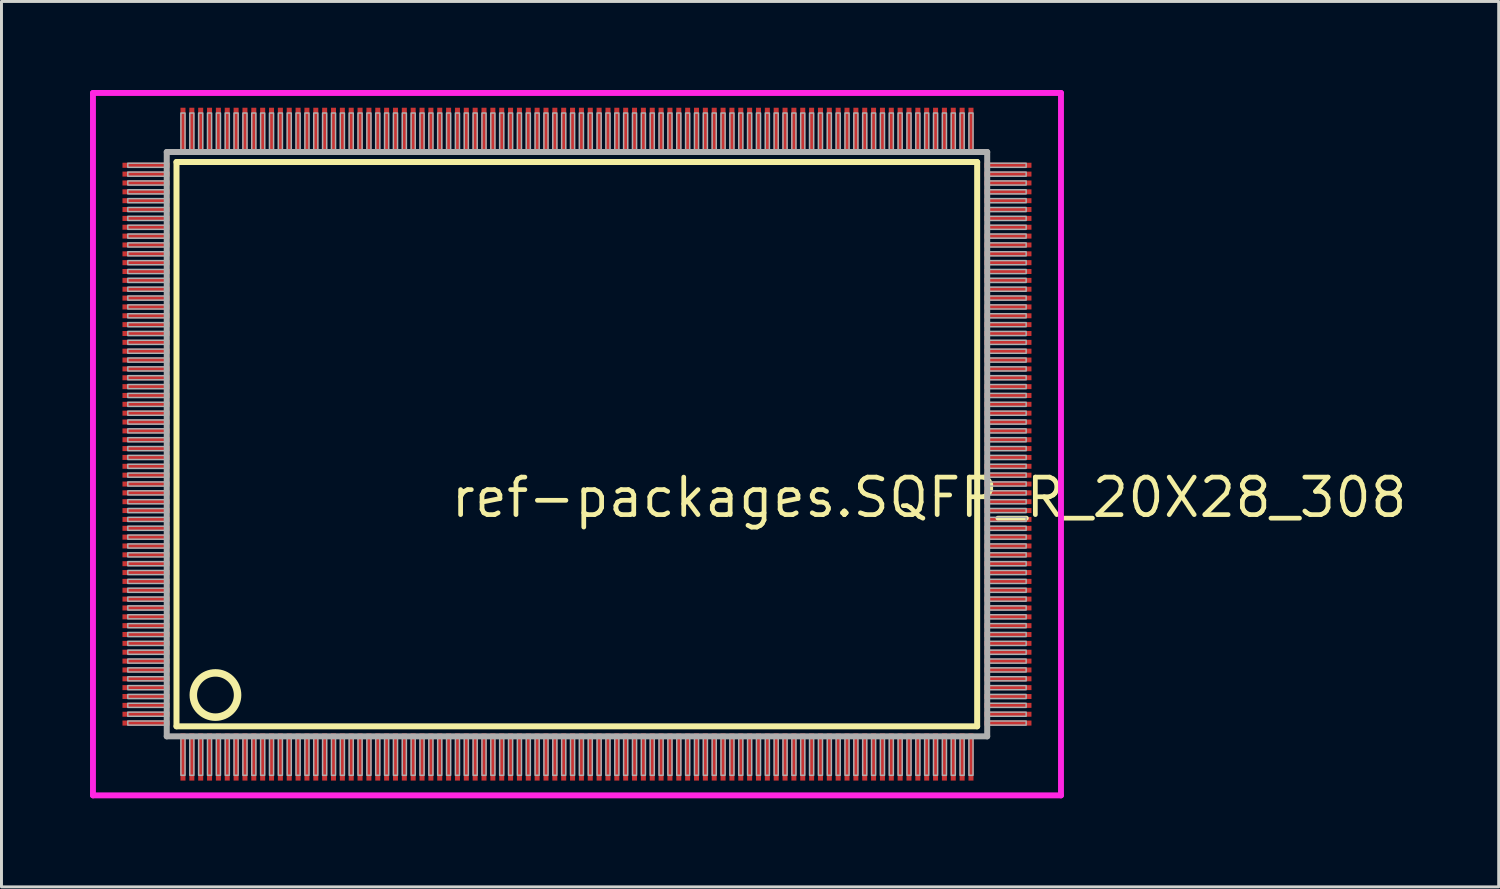
<source format=kicad_pcb>
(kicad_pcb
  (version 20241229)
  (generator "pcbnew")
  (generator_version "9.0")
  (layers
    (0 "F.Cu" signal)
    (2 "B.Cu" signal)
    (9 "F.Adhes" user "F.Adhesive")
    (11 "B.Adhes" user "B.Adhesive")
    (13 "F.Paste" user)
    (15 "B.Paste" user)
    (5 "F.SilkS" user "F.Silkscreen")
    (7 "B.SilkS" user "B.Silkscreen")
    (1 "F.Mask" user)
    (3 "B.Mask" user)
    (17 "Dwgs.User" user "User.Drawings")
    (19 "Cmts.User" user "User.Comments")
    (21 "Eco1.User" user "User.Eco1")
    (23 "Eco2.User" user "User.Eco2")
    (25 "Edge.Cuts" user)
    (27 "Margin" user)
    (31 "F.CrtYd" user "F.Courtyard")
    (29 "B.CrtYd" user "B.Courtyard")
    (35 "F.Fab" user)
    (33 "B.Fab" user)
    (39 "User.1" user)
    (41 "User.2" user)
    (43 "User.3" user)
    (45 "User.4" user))
  (footprint "ref-packages.SQFP_R_20X28_308"
    (layer "F.Cu")
    (at 16.5 12)
    (property "Reference" "ref-packages.SQFP_R_20X28_308" (at -4.35 2.55 0) (layer "F.SilkS") (effects (font (size 1.27 1.27) (thickness 0.16)) (justify left bottom)))
    (attr smd)
    (fp_line (start -13.57 -9.56) (end 13.56 -9.56) (stroke (width 0.203) (type default)) (layer "F.SilkS"))
    (fp_line (start -13.57 9.56) (end -13.57 -9.56) (stroke (width 0.203) (type default)) (layer "F.SilkS"))
    (fp_line (start 13.56 -9.56) (end 13.56 9.56) (stroke (width 0.203) (type default)) (layer "F.SilkS"))
    (fp_line (start 13.56 9.56) (end -13.57 9.56) (stroke (width 0.203) (type default)) (layer "F.SilkS"))
    (fp_circle (center -12.25 8.5) (end -11.5 8.5) (stroke (width 0.254) (type default)) (fill no) (layer "F.SilkS"))
    (fp_line (start -16.4 -11.9) (end 16.4 -11.9) (stroke (width 0.2) (type default)) (layer "F.CrtYd"))
    (fp_line (start -16.4 11.9) (end -16.4 -11.9) (stroke (width 0.2) (type default)) (layer "F.CrtYd"))
    (fp_line (start 16.4 -11.9) (end 16.4 11.9) (stroke (width 0.2) (type default)) (layer "F.CrtYd"))
    (fp_line (start 16.4 11.9) (end -16.4 11.9) (stroke (width 0.2) (type default)) (layer "F.CrtYd"))
    (fp_line (start -13.9 -9.9) (end -13.9 9.9) (stroke (width 0.203) (type default)) (layer "F.Fab"))
    (fp_line (start -13.9 9.9) (end 13.9 9.9) (stroke (width 0.203) (type default)) (layer "F.Fab"))
    (fp_line (start 13.9 -9.9) (end -13.9 -9.9) (stroke (width 0.203) (type default)) (layer "F.Fab"))
    (fp_line (start 13.9 9.9) (end 13.9 -9.9) (stroke (width 0.203) (type default)) (layer "F.Fab"))
    (fp_rect (start -15.22 -9.38) (end -13.95 -9.52) (stroke (width 0.05) (type default)) (fill no) (layer "F.Fab"))
    (fp_rect (start -15.22 -9.08) (end -13.95 -9.22) (stroke (width 0.05) (type default)) (fill no) (layer "F.Fab"))
    (fp_rect (start -15.22 -8.78) (end -13.95 -8.92) (stroke (width 0.05) (type default)) (fill no) (layer "F.Fab"))
    (fp_rect (start -15.22 -8.48) (end -13.95 -8.62) (stroke (width 0.05) (type default)) (fill no) (layer "F.Fab"))
    (fp_rect (start -15.22 -8.18) (end -13.95 -8.32) (stroke (width 0.05) (type default)) (fill no) (layer "F.Fab"))
    (fp_rect (start -15.22 -7.88) (end -13.95 -8.02) (stroke (width 0.05) (type default)) (fill no) (layer "F.Fab"))
    (fp_rect (start -15.22 -7.58) (end -13.95 -7.72) (stroke (width 0.05) (type default)) (fill no) (layer "F.Fab"))
    (fp_rect (start -15.22 -7.28) (end -13.95 -7.42) (stroke (width 0.05) (type default)) (fill no) (layer "F.Fab"))
    (fp_rect (start -15.22 -6.98) (end -13.95 -7.12) (stroke (width 0.05) (type default)) (fill no) (layer "F.Fab"))
    (fp_rect (start -15.22 -6.68) (end -13.95 -6.82) (stroke (width 0.05) (type default)) (fill no) (layer "F.Fab"))
    (fp_rect (start -15.22 -6.38) (end -13.95 -6.52) (stroke (width 0.05) (type default)) (fill no) (layer "F.Fab"))
    (fp_rect (start -15.22 -6.08) (end -13.95 -6.22) (stroke (width 0.05) (type default)) (fill no) (layer "F.Fab"))
    (fp_rect (start -15.22 -5.78) (end -13.95 -5.92) (stroke (width 0.05) (type default)) (fill no) (layer "F.Fab"))
    (fp_rect (start -15.22 -5.48) (end -13.95 -5.62) (stroke (width 0.05) (type default)) (fill no) (layer "F.Fab"))
    (fp_rect (start -15.22 -5.18) (end -13.95 -5.32) (stroke (width 0.05) (type default)) (fill no) (layer "F.Fab"))
    (fp_rect (start -15.22 -4.88) (end -13.95 -5.02) (stroke (width 0.05) (type default)) (fill no) (layer "F.Fab"))
    (fp_rect (start -15.22 -4.58) (end -13.95 -4.72) (stroke (width 0.05) (type default)) (fill no) (layer "F.Fab"))
    (fp_rect (start -15.22 -4.28) (end -13.95 -4.42) (stroke (width 0.05) (type default)) (fill no) (layer "F.Fab"))
    (fp_rect (start -15.22 -3.98) (end -13.95 -4.12) (stroke (width 0.05) (type default)) (fill no) (layer "F.Fab"))
    (fp_rect (start -15.22 -3.68) (end -13.95 -3.82) (stroke (width 0.05) (type default)) (fill no) (layer "F.Fab"))
    (fp_rect (start -15.22 -3.38) (end -13.95 -3.52) (stroke (width 0.05) (type default)) (fill no) (layer "F.Fab"))
    (fp_rect (start -15.22 -3.08) (end -13.95 -3.22) (stroke (width 0.05) (type default)) (fill no) (layer "F.Fab"))
    (fp_rect (start -15.22 -2.78) (end -13.95 -2.92) (stroke (width 0.05) (type default)) (fill no) (layer "F.Fab"))
    (fp_rect (start -15.22 -2.48) (end -13.95 -2.62) (stroke (width 0.05) (type default)) (fill no) (layer "F.Fab"))
    (fp_rect (start -15.22 -2.18) (end -13.95 -2.32) (stroke (width 0.05) (type default)) (fill no) (layer "F.Fab"))
    (fp_rect (start -15.22 -1.88) (end -13.95 -2.02) (stroke (width 0.05) (type default)) (fill no) (layer "F.Fab"))
    (fp_rect (start -15.22 -1.58) (end -13.95 -1.72) (stroke (width 0.05) (type default)) (fill no) (layer "F.Fab"))
    (fp_rect (start -15.22 -1.28) (end -13.95 -1.42) (stroke (width 0.05) (type default)) (fill no) (layer "F.Fab"))
    (fp_rect (start -15.22 -0.98) (end -13.95 -1.12) (stroke (width 0.05) (type default)) (fill no) (layer "F.Fab"))
    (fp_rect (start -15.22 -0.68) (end -13.95 -0.82) (stroke (width 0.05) (type default)) (fill no) (layer "F.Fab"))
    (fp_rect (start -15.22 -0.38) (end -13.95 -0.52) (stroke (width 0.05) (type default)) (fill no) (layer "F.Fab"))
    (fp_rect (start -15.22 -0.08) (end -13.95 -0.22) (stroke (width 0.05) (type default)) (fill no) (layer "F.Fab"))
    (fp_rect (start -15.22 0.22) (end -13.95 0.08) (stroke (width 0.05) (type default)) (fill no) (layer "F.Fab"))
    (fp_rect (start -15.22 0.52) (end -13.95 0.38) (stroke (width 0.05) (type default)) (fill no) (layer "F.Fab"))
    (fp_rect (start -15.22 0.82) (end -13.95 0.68) (stroke (width 0.05) (type default)) (fill no) (layer "F.Fab"))
    (fp_rect (start -15.22 1.12) (end -13.95 0.98) (stroke (width 0.05) (type default)) (fill no) (layer "F.Fab"))
    (fp_rect (start -15.22 1.42) (end -13.95 1.28) (stroke (width 0.05) (type default)) (fill no) (layer "F.Fab"))
    (fp_rect (start -15.22 1.72) (end -13.95 1.58) (stroke (width 0.05) (type default)) (fill no) (layer "F.Fab"))
    (fp_rect (start -15.22 2.02) (end -13.95 1.88) (stroke (width 0.05) (type default)) (fill no) (layer "F.Fab"))
    (fp_rect (start -15.22 2.32) (end -13.95 2.18) (stroke (width 0.05) (type default)) (fill no) (layer "F.Fab"))
    (fp_rect (start -15.22 2.62) (end -13.95 2.48) (stroke (width 0.05) (type default)) (fill no) (layer "F.Fab"))
    (fp_rect (start -15.22 2.92) (end -13.95 2.78) (stroke (width 0.05) (type default)) (fill no) (layer "F.Fab"))
    (fp_rect (start -15.22 3.22) (end -13.95 3.08) (stroke (width 0.05) (type default)) (fill no) (layer "F.Fab"))
    (fp_rect (start -15.22 3.52) (end -13.95 3.38) (stroke (width 0.05) (type default)) (fill no) (layer "F.Fab"))
    (fp_rect (start -15.22 3.82) (end -13.95 3.68) (stroke (width 0.05) (type default)) (fill no) (layer "F.Fab"))
    (fp_rect (start -15.22 4.12) (end -13.95 3.98) (stroke (width 0.05) (type default)) (fill no) (layer "F.Fab"))
    (fp_rect (start -15.22 4.42) (end -13.95 4.28) (stroke (width 0.05) (type default)) (fill no) (layer "F.Fab"))
    (fp_rect (start -15.22 4.72) (end -13.95 4.58) (stroke (width 0.05) (type default)) (fill no) (layer "F.Fab"))
    (fp_rect (start -15.22 5.02) (end -13.95 4.88) (stroke (width 0.05) (type default)) (fill no) (layer "F.Fab"))
    (fp_rect (start -15.22 5.32) (end -13.95 5.18) (stroke (width 0.05) (type default)) (fill no) (layer "F.Fab"))
    (fp_rect (start -15.22 5.62) (end -13.95 5.48) (stroke (width 0.05) (type default)) (fill no) (layer "F.Fab"))
    (fp_rect (start -15.22 5.92) (end -13.95 5.78) (stroke (width 0.05) (type default)) (fill no) (layer "F.Fab"))
    (fp_rect (start -15.22 6.22) (end -13.95 6.08) (stroke (width 0.05) (type default)) (fill no) (layer "F.Fab"))
    (fp_rect (start -15.22 6.52) (end -13.95 6.38) (stroke (width 0.05) (type default)) (fill no) (layer "F.Fab"))
    (fp_rect (start -15.22 6.82) (end -13.95 6.68) (stroke (width 0.05) (type default)) (fill no) (layer "F.Fab"))
    (fp_rect (start -15.22 7.12) (end -13.95 6.98) (stroke (width 0.05) (type default)) (fill no) (layer "F.Fab"))
    (fp_rect (start -15.22 7.42) (end -13.95 7.28) (stroke (width 0.05) (type default)) (fill no) (layer "F.Fab"))
    (fp_rect (start -15.22 7.72) (end -13.95 7.58) (stroke (width 0.05) (type default)) (fill no) (layer "F.Fab"))
    (fp_rect (start -15.22 8.02) (end -13.95 7.88) (stroke (width 0.05) (type default)) (fill no) (layer "F.Fab"))
    (fp_rect (start -15.22 8.32) (end -13.95 8.18) (stroke (width 0.05) (type default)) (fill no) (layer "F.Fab"))
    (fp_rect (start -15.22 8.62) (end -13.95 8.48) (stroke (width 0.05) (type default)) (fill no) (layer "F.Fab"))
    (fp_rect (start -15.22 8.92) (end -13.95 8.78) (stroke (width 0.05) (type default)) (fill no) (layer "F.Fab"))
    (fp_rect (start -15.22 9.22) (end -13.95 9.08) (stroke (width 0.05) (type default)) (fill no) (layer "F.Fab"))
    (fp_rect (start -15.22 9.52) (end -13.95 9.38) (stroke (width 0.05) (type default)) (fill no) (layer "F.Fab"))
    (fp_rect (start -13.42 -9.95) (end -13.28 -11.22) (stroke (width 0.05) (type default)) (fill no) (layer "F.Fab"))
    (fp_rect (start -13.42 11.22) (end -13.28 9.95) (stroke (width 0.05) (type default)) (fill no) (layer "F.Fab"))
    (fp_rect (start -13.12 -9.95) (end -12.98 -11.22) (stroke (width 0.05) (type default)) (fill no) (layer "F.Fab"))
    (fp_rect (start -13.12 11.22) (end -12.98 9.95) (stroke (width 0.05) (type default)) (fill no) (layer "F.Fab"))
    (fp_rect (start -12.82 -9.95) (end -12.68 -11.22) (stroke (width 0.05) (type default)) (fill no) (layer "F.Fab"))
    (fp_rect (start -12.82 11.22) (end -12.68 9.95) (stroke (width 0.05) (type default)) (fill no) (layer "F.Fab"))
    (fp_rect (start -12.52 -9.95) (end -12.38 -11.22) (stroke (width 0.05) (type default)) (fill no) (layer "F.Fab"))
    (fp_rect (start -12.52 11.22) (end -12.38 9.95) (stroke (width 0.05) (type default)) (fill no) (layer "F.Fab"))
    (fp_rect (start -12.22 -9.95) (end -12.08 -11.22) (stroke (width 0.05) (type default)) (fill no) (layer "F.Fab"))
    (fp_rect (start -12.22 11.22) (end -12.08 9.95) (stroke (width 0.05) (type default)) (fill no) (layer "F.Fab"))
    (fp_rect (start -11.92 -9.95) (end -11.78 -11.22) (stroke (width 0.05) (type default)) (fill no) (layer "F.Fab"))
    (fp_rect (start -11.92 11.22) (end -11.78 9.95) (stroke (width 0.05) (type default)) (fill no) (layer "F.Fab"))
    (fp_rect (start -11.62 -9.95) (end -11.48 -11.22) (stroke (width 0.05) (type default)) (fill no) (layer "F.Fab"))
    (fp_rect (start -11.62 11.22) (end -11.48 9.95) (stroke (width 0.05) (type default)) (fill no) (layer "F.Fab"))
    (fp_rect (start -11.32 -9.95) (end -11.18 -11.22) (stroke (width 0.05) (type default)) (fill no) (layer "F.Fab"))
    (fp_rect (start -11.32 11.22) (end -11.18 9.95) (stroke (width 0.05) (type default)) (fill no) (layer "F.Fab"))
    (fp_rect (start -11.02 -9.95) (end -10.88 -11.22) (stroke (width 0.05) (type default)) (fill no) (layer "F.Fab"))
    (fp_rect (start -11.02 11.22) (end -10.88 9.95) (stroke (width 0.05) (type default)) (fill no) (layer "F.Fab"))
    (fp_rect (start -10.72 -9.95) (end -10.58 -11.22) (stroke (width 0.05) (type default)) (fill no) (layer "F.Fab"))
    (fp_rect (start -10.72 11.22) (end -10.58 9.95) (stroke (width 0.05) (type default)) (fill no) (layer "F.Fab"))
    (fp_rect (start -10.42 -9.95) (end -10.28 -11.22) (stroke (width 0.05) (type default)) (fill no) (layer "F.Fab"))
    (fp_rect (start -10.42 11.22) (end -10.28 9.95) (stroke (width 0.05) (type default)) (fill no) (layer "F.Fab"))
    (fp_rect (start -10.12 -9.95) (end -9.98 -11.22) (stroke (width 0.05) (type default)) (fill no) (layer "F.Fab"))
    (fp_rect (start -10.12 11.22) (end -9.98 9.95) (stroke (width 0.05) (type default)) (fill no) (layer "F.Fab"))
    (fp_rect (start -9.82 -9.95) (end -9.68 -11.22) (stroke (width 0.05) (type default)) (fill no) (layer "F.Fab"))
    (fp_rect (start -9.82 11.22) (end -9.68 9.95) (stroke (width 0.05) (type default)) (fill no) (layer "F.Fab"))
    (fp_rect (start -9.52 -9.95) (end -9.38 -11.22) (stroke (width 0.05) (type default)) (fill no) (layer "F.Fab"))
    (fp_rect (start -9.52 11.22) (end -9.38 9.95) (stroke (width 0.05) (type default)) (fill no) (layer "F.Fab"))
    (fp_rect (start -9.22 -9.95) (end -9.08 -11.22) (stroke (width 0.05) (type default)) (fill no) (layer "F.Fab"))
    (fp_rect (start -9.22 11.22) (end -9.08 9.95) (stroke (width 0.05) (type default)) (fill no) (layer "F.Fab"))
    (fp_rect (start -8.92 -9.95) (end -8.78 -11.22) (stroke (width 0.05) (type default)) (fill no) (layer "F.Fab"))
    (fp_rect (start -8.92 11.22) (end -8.78 9.95) (stroke (width 0.05) (type default)) (fill no) (layer "F.Fab"))
    (fp_rect (start -8.62 -9.95) (end -8.48 -11.22) (stroke (width 0.05) (type default)) (fill no) (layer "F.Fab"))
    (fp_rect (start -8.62 11.22) (end -8.48 9.95) (stroke (width 0.05) (type default)) (fill no) (layer "F.Fab"))
    (fp_rect (start -8.32 -9.95) (end -8.18 -11.22) (stroke (width 0.05) (type default)) (fill no) (layer "F.Fab"))
    (fp_rect (start -8.32 11.22) (end -8.18 9.95) (stroke (width 0.05) (type default)) (fill no) (layer "F.Fab"))
    (fp_rect (start -8.02 -9.95) (end -7.88 -11.22) (stroke (width 0.05) (type default)) (fill no) (layer "F.Fab"))
    (fp_rect (start -8.02 11.22) (end -7.88 9.95) (stroke (width 0.05) (type default)) (fill no) (layer "F.Fab"))
    (fp_rect (start -7.72 -9.95) (end -7.58 -11.22) (stroke (width 0.05) (type default)) (fill no) (layer "F.Fab"))
    (fp_rect (start -7.72 11.22) (end -7.58 9.95) (stroke (width 0.05) (type default)) (fill no) (layer "F.Fab"))
    (fp_rect (start -7.42 -9.95) (end -7.28 -11.22) (stroke (width 0.05) (type default)) (fill no) (layer "F.Fab"))
    (fp_rect (start -7.42 11.22) (end -7.28 9.95) (stroke (width 0.05) (type default)) (fill no) (layer "F.Fab"))
    (fp_rect (start -7.12 -9.95) (end -6.98 -11.22) (stroke (width 0.05) (type default)) (fill no) (layer "F.Fab"))
    (fp_rect (start -7.12 11.22) (end -6.98 9.95) (stroke (width 0.05) (type default)) (fill no) (layer "F.Fab"))
    (fp_rect (start -6.82 -9.95) (end -6.68 -11.22) (stroke (width 0.05) (type default)) (fill no) (layer "F.Fab"))
    (fp_rect (start -6.82 11.22) (end -6.68 9.95) (stroke (width 0.05) (type default)) (fill no) (layer "F.Fab"))
    (fp_rect (start -6.52 -9.95) (end -6.38 -11.22) (stroke (width 0.05) (type default)) (fill no) (layer "F.Fab"))
    (fp_rect (start -6.52 11.22) (end -6.38 9.95) (stroke (width 0.05) (type default)) (fill no) (layer "F.Fab"))
    (fp_rect (start -6.22 -9.95) (end -6.08 -11.22) (stroke (width 0.05) (type default)) (fill no) (layer "F.Fab"))
    (fp_rect (start -6.22 11.22) (end -6.08 9.95) (stroke (width 0.05) (type default)) (fill no) (layer "F.Fab"))
    (fp_rect (start -5.92 -9.95) (end -5.78 -11.22) (stroke (width 0.05) (type default)) (fill no) (layer "F.Fab"))
    (fp_rect (start -5.92 11.22) (end -5.78 9.95) (stroke (width 0.05) (type default)) (fill no) (layer "F.Fab"))
    (fp_rect (start -5.62 -9.95) (end -5.48 -11.22) (stroke (width 0.05) (type default)) (fill no) (layer "F.Fab"))
    (fp_rect (start -5.62 11.22) (end -5.48 9.95) (stroke (width 0.05) (type default)) (fill no) (layer "F.Fab"))
    (fp_rect (start -5.32 -9.95) (end -5.18 -11.22) (stroke (width 0.05) (type default)) (fill no) (layer "F.Fab"))
    (fp_rect (start -5.32 11.22) (end -5.18 9.95) (stroke (width 0.05) (type default)) (fill no) (layer "F.Fab"))
    (fp_rect (start -5.02 -9.95) (end -4.88 -11.22) (stroke (width 0.05) (type default)) (fill no) (layer "F.Fab"))
    (fp_rect (start -5.02 11.22) (end -4.88 9.95) (stroke (width 0.05) (type default)) (fill no) (layer "F.Fab"))
    (fp_rect (start -4.72 -9.95) (end -4.58 -11.22) (stroke (width 0.05) (type default)) (fill no) (layer "F.Fab"))
    (fp_rect (start -4.72 11.22) (end -4.58 9.95) (stroke (width 0.05) (type default)) (fill no) (layer "F.Fab"))
    (fp_rect (start -4.42 -9.95) (end -4.28 -11.22) (stroke (width 0.05) (type default)) (fill no) (layer "F.Fab"))
    (fp_rect (start -4.42 11.22) (end -4.28 9.95) (stroke (width 0.05) (type default)) (fill no) (layer "F.Fab"))
    (fp_rect (start -4.12 -9.95) (end -3.98 -11.22) (stroke (width 0.05) (type default)) (fill no) (layer "F.Fab"))
    (fp_rect (start -4.12 11.22) (end -3.98 9.95) (stroke (width 0.05) (type default)) (fill no) (layer "F.Fab"))
    (fp_rect (start -3.82 -9.95) (end -3.68 -11.22) (stroke (width 0.05) (type default)) (fill no) (layer "F.Fab"))
    (fp_rect (start -3.82 11.22) (end -3.68 9.95) (stroke (width 0.05) (type default)) (fill no) (layer "F.Fab"))
    (fp_rect (start -3.52 -9.95) (end -3.38 -11.22) (stroke (width 0.05) (type default)) (fill no) (layer "F.Fab"))
    (fp_rect (start -3.52 11.22) (end -3.38 9.95) (stroke (width 0.05) (type default)) (fill no) (layer "F.Fab"))
    (fp_rect (start -3.22 -9.95) (end -3.08 -11.22) (stroke (width 0.05) (type default)) (fill no) (layer "F.Fab"))
    (fp_rect (start -3.22 11.22) (end -3.08 9.95) (stroke (width 0.05) (type default)) (fill no) (layer "F.Fab"))
    (fp_rect (start -2.92 -9.95) (end -2.78 -11.22) (stroke (width 0.05) (type default)) (fill no) (layer "F.Fab"))
    (fp_rect (start -2.92 11.22) (end -2.78 9.95) (stroke (width 0.05) (type default)) (fill no) (layer "F.Fab"))
    (fp_rect (start -2.62 -9.95) (end -2.48 -11.22) (stroke (width 0.05) (type default)) (fill no) (layer "F.Fab"))
    (fp_rect (start -2.62 11.22) (end -2.48 9.95) (stroke (width 0.05) (type default)) (fill no) (layer "F.Fab"))
    (fp_rect (start -2.32 -9.95) (end -2.18 -11.22) (stroke (width 0.05) (type default)) (fill no) (layer "F.Fab"))
    (fp_rect (start -2.32 11.22) (end -2.18 9.95) (stroke (width 0.05) (type default)) (fill no) (layer "F.Fab"))
    (fp_rect (start -2.02 -9.95) (end -1.88 -11.22) (stroke (width 0.05) (type default)) (fill no) (layer "F.Fab"))
    (fp_rect (start -2.02 11.22) (end -1.88 9.95) (stroke (width 0.05) (type default)) (fill no) (layer "F.Fab"))
    (fp_rect (start -1.72 -9.95) (end -1.58 -11.22) (stroke (width 0.05) (type default)) (fill no) (layer "F.Fab"))
    (fp_rect (start -1.72 11.22) (end -1.58 9.95) (stroke (width 0.05) (type default)) (fill no) (layer "F.Fab"))
    (fp_rect (start -1.42 -9.95) (end -1.28 -11.22) (stroke (width 0.05) (type default)) (fill no) (layer "F.Fab"))
    (fp_rect (start -1.42 11.22) (end -1.28 9.95) (stroke (width 0.05) (type default)) (fill no) (layer "F.Fab"))
    (fp_rect (start -1.12 -9.95) (end -0.98 -11.22) (stroke (width 0.05) (type default)) (fill no) (layer "F.Fab"))
    (fp_rect (start -1.12 11.22) (end -0.98 9.95) (stroke (width 0.05) (type default)) (fill no) (layer "F.Fab"))
    (fp_rect (start -0.82 -9.95) (end -0.68 -11.22) (stroke (width 0.05) (type default)) (fill no) (layer "F.Fab"))
    (fp_rect (start -0.82 11.22) (end -0.68 9.95) (stroke (width 0.05) (type default)) (fill no) (layer "F.Fab"))
    (fp_rect (start -0.52 -9.95) (end -0.38 -11.22) (stroke (width 0.05) (type default)) (fill no) (layer "F.Fab"))
    (fp_rect (start -0.52 11.22) (end -0.38 9.95) (stroke (width 0.05) (type default)) (fill no) (layer "F.Fab"))
    (fp_rect (start -0.22 -9.95) (end -0.08 -11.22) (stroke (width 0.05) (type default)) (fill no) (layer "F.Fab"))
    (fp_rect (start -0.22 11.22) (end -0.08 9.95) (stroke (width 0.05) (type default)) (fill no) (layer "F.Fab"))
    (fp_rect (start 0.08 -9.95) (end 0.22 -11.22) (stroke (width 0.05) (type default)) (fill no) (layer "F.Fab"))
    (fp_rect (start 0.08 11.22) (end 0.22 9.95) (stroke (width 0.05) (type default)) (fill no) (layer "F.Fab"))
    (fp_rect (start 0.38 -9.95) (end 0.52 -11.22) (stroke (width 0.05) (type default)) (fill no) (layer "F.Fab"))
    (fp_rect (start 0.38 11.22) (end 0.52 9.95) (stroke (width 0.05) (type default)) (fill no) (layer "F.Fab"))
    (fp_rect (start 0.68 -9.95) (end 0.82 -11.22) (stroke (width 0.05) (type default)) (fill no) (layer "F.Fab"))
    (fp_rect (start 0.68 11.22) (end 0.82 9.95) (stroke (width 0.05) (type default)) (fill no) (layer "F.Fab"))
    (fp_rect (start 0.98 -9.95) (end 1.12 -11.22) (stroke (width 0.05) (type default)) (fill no) (layer "F.Fab"))
    (fp_rect (start 0.98 11.22) (end 1.12 9.95) (stroke (width 0.05) (type default)) (fill no) (layer "F.Fab"))
    (fp_rect (start 1.28 -9.95) (end 1.42 -11.22) (stroke (width 0.05) (type default)) (fill no) (layer "F.Fab"))
    (fp_rect (start 1.28 11.22) (end 1.42 9.95) (stroke (width 0.05) (type default)) (fill no) (layer "F.Fab"))
    (fp_rect (start 1.58 -9.95) (end 1.72 -11.22) (stroke (width 0.05) (type default)) (fill no) (layer "F.Fab"))
    (fp_rect (start 1.58 11.22) (end 1.72 9.95) (stroke (width 0.05) (type default)) (fill no) (layer "F.Fab"))
    (fp_rect (start 1.88 -9.95) (end 2.02 -11.22) (stroke (width 0.05) (type default)) (fill no) (layer "F.Fab"))
    (fp_rect (start 1.88 11.22) (end 2.02 9.95) (stroke (width 0.05) (type default)) (fill no) (layer "F.Fab"))
    (fp_rect (start 2.18 -9.95) (end 2.32 -11.22) (stroke (width 0.05) (type default)) (fill no) (layer "F.Fab"))
    (fp_rect (start 2.18 11.22) (end 2.32 9.95) (stroke (width 0.05) (type default)) (fill no) (layer "F.Fab"))
    (fp_rect (start 2.48 -9.95) (end 2.62 -11.22) (stroke (width 0.05) (type default)) (fill no) (layer "F.Fab"))
    (fp_rect (start 2.48 11.22) (end 2.62 9.95) (stroke (width 0.05) (type default)) (fill no) (layer "F.Fab"))
    (fp_rect (start 2.78 -9.95) (end 2.92 -11.22) (stroke (width 0.05) (type default)) (fill no) (layer "F.Fab"))
    (fp_rect (start 2.78 11.22) (end 2.92 9.95) (stroke (width 0.05) (type default)) (fill no) (layer "F.Fab"))
    (fp_rect (start 3.08 -9.95) (end 3.22 -11.22) (stroke (width 0.05) (type default)) (fill no) (layer "F.Fab"))
    (fp_rect (start 3.08 11.22) (end 3.22 9.95) (stroke (width 0.05) (type default)) (fill no) (layer "F.Fab"))
    (fp_rect (start 3.38 -9.95) (end 3.52 -11.22) (stroke (width 0.05) (type default)) (fill no) (layer "F.Fab"))
    (fp_rect (start 3.38 11.22) (end 3.52 9.95) (stroke (width 0.05) (type default)) (fill no) (layer "F.Fab"))
    (fp_rect (start 3.68 -9.95) (end 3.82 -11.22) (stroke (width 0.05) (type default)) (fill no) (layer "F.Fab"))
    (fp_rect (start 3.68 11.22) (end 3.82 9.95) (stroke (width 0.05) (type default)) (fill no) (layer "F.Fab"))
    (fp_rect (start 3.98 -9.95) (end 4.12 -11.22) (stroke (width 0.05) (type default)) (fill no) (layer "F.Fab"))
    (fp_rect (start 3.98 11.22) (end 4.12 9.95) (stroke (width 0.05) (type default)) (fill no) (layer "F.Fab"))
    (fp_rect (start 4.28 -9.95) (end 4.42 -11.22) (stroke (width 0.05) (type default)) (fill no) (layer "F.Fab"))
    (fp_rect (start 4.28 11.22) (end 4.42 9.95) (stroke (width 0.05) (type default)) (fill no) (layer "F.Fab"))
    (fp_rect (start 4.58 -9.95) (end 4.72 -11.22) (stroke (width 0.05) (type default)) (fill no) (layer "F.Fab"))
    (fp_rect (start 4.58 11.22) (end 4.72 9.95) (stroke (width 0.05) (type default)) (fill no) (layer "F.Fab"))
    (fp_rect (start 4.88 -9.95) (end 5.02 -11.22) (stroke (width 0.05) (type default)) (fill no) (layer "F.Fab"))
    (fp_rect (start 4.88 11.22) (end 5.02 9.95) (stroke (width 0.05) (type default)) (fill no) (layer "F.Fab"))
    (fp_rect (start 5.18 -9.95) (end 5.32 -11.22) (stroke (width 0.05) (type default)) (fill no) (layer "F.Fab"))
    (fp_rect (start 5.18 11.22) (end 5.32 9.95) (stroke (width 0.05) (type default)) (fill no) (layer "F.Fab"))
    (fp_rect (start 5.48 -9.95) (end 5.62 -11.22) (stroke (width 0.05) (type default)) (fill no) (layer "F.Fab"))
    (fp_rect (start 5.48 11.22) (end 5.62 9.95) (stroke (width 0.05) (type default)) (fill no) (layer "F.Fab"))
    (fp_rect (start 5.78 -9.95) (end 5.92 -11.22) (stroke (width 0.05) (type default)) (fill no) (layer "F.Fab"))
    (fp_rect (start 5.78 11.22) (end 5.92 9.95) (stroke (width 0.05) (type default)) (fill no) (layer "F.Fab"))
    (fp_rect (start 6.08 -9.95) (end 6.22 -11.22) (stroke (width 0.05) (type default)) (fill no) (layer "F.Fab"))
    (fp_rect (start 6.08 11.22) (end 6.22 9.95) (stroke (width 0.05) (type default)) (fill no) (layer "F.Fab"))
    (fp_rect (start 6.38 -9.95) (end 6.52 -11.22) (stroke (width 0.05) (type default)) (fill no) (layer "F.Fab"))
    (fp_rect (start 6.38 11.22) (end 6.52 9.95) (stroke (width 0.05) (type default)) (fill no) (layer "F.Fab"))
    (fp_rect (start 6.68 -9.95) (end 6.82 -11.22) (stroke (width 0.05) (type default)) (fill no) (layer "F.Fab"))
    (fp_rect (start 6.68 11.22) (end 6.82 9.95) (stroke (width 0.05) (type default)) (fill no) (layer "F.Fab"))
    (fp_rect (start 6.98 -9.95) (end 7.12 -11.22) (stroke (width 0.05) (type default)) (fill no) (layer "F.Fab"))
    (fp_rect (start 6.98 11.22) (end 7.12 9.95) (stroke (width 0.05) (type default)) (fill no) (layer "F.Fab"))
    (fp_rect (start 7.28 -9.95) (end 7.42 -11.22) (stroke (width 0.05) (type default)) (fill no) (layer "F.Fab"))
    (fp_rect (start 7.28 11.22) (end 7.42 9.95) (stroke (width 0.05) (type default)) (fill no) (layer "F.Fab"))
    (fp_rect (start 7.58 -9.95) (end 7.72 -11.22) (stroke (width 0.05) (type default)) (fill no) (layer "F.Fab"))
    (fp_rect (start 7.58 11.22) (end 7.72 9.95) (stroke (width 0.05) (type default)) (fill no) (layer "F.Fab"))
    (fp_rect (start 7.88 -9.95) (end 8.02 -11.22) (stroke (width 0.05) (type default)) (fill no) (layer "F.Fab"))
    (fp_rect (start 7.88 11.22) (end 8.02 9.95) (stroke (width 0.05) (type default)) (fill no) (layer "F.Fab"))
    (fp_rect (start 8.18 -9.95) (end 8.32 -11.22) (stroke (width 0.05) (type default)) (fill no) (layer "F.Fab"))
    (fp_rect (start 8.18 11.22) (end 8.32 9.95) (stroke (width 0.05) (type default)) (fill no) (layer "F.Fab"))
    (fp_rect (start 8.48 -9.95) (end 8.62 -11.22) (stroke (width 0.05) (type default)) (fill no) (layer "F.Fab"))
    (fp_rect (start 8.48 11.22) (end 8.62 9.95) (stroke (width 0.05) (type default)) (fill no) (layer "F.Fab"))
    (fp_rect (start 8.78 -9.95) (end 8.92 -11.22) (stroke (width 0.05) (type default)) (fill no) (layer "F.Fab"))
    (fp_rect (start 8.78 11.22) (end 8.92 9.95) (stroke (width 0.05) (type default)) (fill no) (layer "F.Fab"))
    (fp_rect (start 9.08 -9.95) (end 9.22 -11.22) (stroke (width 0.05) (type default)) (fill no) (layer "F.Fab"))
    (fp_rect (start 9.08 11.22) (end 9.22 9.95) (stroke (width 0.05) (type default)) (fill no) (layer "F.Fab"))
    (fp_rect (start 9.38 -9.95) (end 9.52 -11.22) (stroke (width 0.05) (type default)) (fill no) (layer "F.Fab"))
    (fp_rect (start 9.38 11.22) (end 9.52 9.95) (stroke (width 0.05) (type default)) (fill no) (layer "F.Fab"))
    (fp_rect (start 9.68 -9.95) (end 9.82 -11.22) (stroke (width 0.05) (type default)) (fill no) (layer "F.Fab"))
    (fp_rect (start 9.68 11.22) (end 9.82 9.95) (stroke (width 0.05) (type default)) (fill no) (layer "F.Fab"))
    (fp_rect (start 9.98 -9.95) (end 10.12 -11.22) (stroke (width 0.05) (type default)) (fill no) (layer "F.Fab"))
    (fp_rect (start 9.98 11.22) (end 10.12 9.95) (stroke (width 0.05) (type default)) (fill no) (layer "F.Fab"))
    (fp_rect (start 10.28 -9.95) (end 10.42 -11.22) (stroke (width 0.05) (type default)) (fill no) (layer "F.Fab"))
    (fp_rect (start 10.28 11.22) (end 10.42 9.95) (stroke (width 0.05) (type default)) (fill no) (layer "F.Fab"))
    (fp_rect (start 10.58 -9.95) (end 10.72 -11.22) (stroke (width 0.05) (type default)) (fill no) (layer "F.Fab"))
    (fp_rect (start 10.58 11.22) (end 10.72 9.95) (stroke (width 0.05) (type default)) (fill no) (layer "F.Fab"))
    (fp_rect (start 10.88 -9.95) (end 11.02 -11.22) (stroke (width 0.05) (type default)) (fill no) (layer "F.Fab"))
    (fp_rect (start 10.88 11.22) (end 11.02 9.95) (stroke (width 0.05) (type default)) (fill no) (layer "F.Fab"))
    (fp_rect (start 11.18 -9.95) (end 11.32 -11.22) (stroke (width 0.05) (type default)) (fill no) (layer "F.Fab"))
    (fp_rect (start 11.18 11.22) (end 11.32 9.95) (stroke (width 0.05) (type default)) (fill no) (layer "F.Fab"))
    (fp_rect (start 11.48 -9.95) (end 11.62 -11.22) (stroke (width 0.05) (type default)) (fill no) (layer "F.Fab"))
    (fp_rect (start 11.48 11.22) (end 11.62 9.95) (stroke (width 0.05) (type default)) (fill no) (layer "F.Fab"))
    (fp_rect (start 11.78 -9.95) (end 11.92 -11.22) (stroke (width 0.05) (type default)) (fill no) (layer "F.Fab"))
    (fp_rect (start 11.78 11.22) (end 11.92 9.95) (stroke (width 0.05) (type default)) (fill no) (layer "F.Fab"))
    (fp_rect (start 12.08 -9.95) (end 12.22 -11.22) (stroke (width 0.05) (type default)) (fill no) (layer "F.Fab"))
    (fp_rect (start 12.08 11.22) (end 12.22 9.95) (stroke (width 0.05) (type default)) (fill no) (layer "F.Fab"))
    (fp_rect (start 12.38 -9.95) (end 12.52 -11.22) (stroke (width 0.05) (type default)) (fill no) (layer "F.Fab"))
    (fp_rect (start 12.38 11.22) (end 12.52 9.95) (stroke (width 0.05) (type default)) (fill no) (layer "F.Fab"))
    (fp_rect (start 12.68 -9.95) (end 12.82 -11.22) (stroke (width 0.05) (type default)) (fill no) (layer "F.Fab"))
    (fp_rect (start 12.68 11.22) (end 12.82 9.95) (stroke (width 0.05) (type default)) (fill no) (layer "F.Fab"))
    (fp_rect (start 12.98 -9.95) (end 13.12 -11.22) (stroke (width 0.05) (type default)) (fill no) (layer "F.Fab"))
    (fp_rect (start 12.98 11.22) (end 13.12 9.95) (stroke (width 0.05) (type default)) (fill no) (layer "F.Fab"))
    (fp_rect (start 13.28 -9.95) (end 13.42 -11.22) (stroke (width 0.05) (type default)) (fill no) (layer "F.Fab"))
    (fp_rect (start 13.28 11.22) (end 13.42 9.95) (stroke (width 0.05) (type default)) (fill no) (layer "F.Fab"))
    (fp_rect (start 13.95 -9.38) (end 15.22 -9.52) (stroke (width 0.05) (type default)) (fill no) (layer "F.Fab"))
    (fp_rect (start 13.95 -9.08) (end 15.22 -9.22) (stroke (width 0.05) (type default)) (fill no) (layer "F.Fab"))
    (fp_rect (start 13.95 -8.78) (end 15.22 -8.92) (stroke (width 0.05) (type default)) (fill no) (layer "F.Fab"))
    (fp_rect (start 13.95 -8.48) (end 15.22 -8.62) (stroke (width 0.05) (type default)) (fill no) (layer "F.Fab"))
    (fp_rect (start 13.95 -8.18) (end 15.22 -8.32) (stroke (width 0.05) (type default)) (fill no) (layer "F.Fab"))
    (fp_rect (start 13.95 -7.88) (end 15.22 -8.02) (stroke (width 0.05) (type default)) (fill no) (layer "F.Fab"))
    (fp_rect (start 13.95 -7.58) (end 15.22 -7.72) (stroke (width 0.05) (type default)) (fill no) (layer "F.Fab"))
    (fp_rect (start 13.95 -7.28) (end 15.22 -7.42) (stroke (width 0.05) (type default)) (fill no) (layer "F.Fab"))
    (fp_rect (start 13.95 -6.98) (end 15.22 -7.12) (stroke (width 0.05) (type default)) (fill no) (layer "F.Fab"))
    (fp_rect (start 13.95 -6.68) (end 15.22 -6.82) (stroke (width 0.05) (type default)) (fill no) (layer "F.Fab"))
    (fp_rect (start 13.95 -6.38) (end 15.22 -6.52) (stroke (width 0.05) (type default)) (fill no) (layer "F.Fab"))
    (fp_rect (start 13.95 -6.08) (end 15.22 -6.22) (stroke (width 0.05) (type default)) (fill no) (layer "F.Fab"))
    (fp_rect (start 13.95 -5.78) (end 15.22 -5.92) (stroke (width 0.05) (type default)) (fill no) (layer "F.Fab"))
    (fp_rect (start 13.95 -5.48) (end 15.22 -5.62) (stroke (width 0.05) (type default)) (fill no) (layer "F.Fab"))
    (fp_rect (start 13.95 -5.18) (end 15.22 -5.32) (stroke (width 0.05) (type default)) (fill no) (layer "F.Fab"))
    (fp_rect (start 13.95 -4.88) (end 15.22 -5.02) (stroke (width 0.05) (type default)) (fill no) (layer "F.Fab"))
    (fp_rect (start 13.95 -4.58) (end 15.22 -4.72) (stroke (width 0.05) (type default)) (fill no) (layer "F.Fab"))
    (fp_rect (start 13.95 -4.28) (end 15.22 -4.42) (stroke (width 0.05) (type default)) (fill no) (layer "F.Fab"))
    (fp_rect (start 13.95 -3.98) (end 15.22 -4.12) (stroke (width 0.05) (type default)) (fill no) (layer "F.Fab"))
    (fp_rect (start 13.95 -3.68) (end 15.22 -3.82) (stroke (width 0.05) (type default)) (fill no) (layer "F.Fab"))
    (fp_rect (start 13.95 -3.38) (end 15.22 -3.52) (stroke (width 0.05) (type default)) (fill no) (layer "F.Fab"))
    (fp_rect (start 13.95 -3.08) (end 15.22 -3.22) (stroke (width 0.05) (type default)) (fill no) (layer "F.Fab"))
    (fp_rect (start 13.95 -2.78) (end 15.22 -2.92) (stroke (width 0.05) (type default)) (fill no) (layer "F.Fab"))
    (fp_rect (start 13.95 -2.48) (end 15.22 -2.62) (stroke (width 0.05) (type default)) (fill no) (layer "F.Fab"))
    (fp_rect (start 13.95 -2.18) (end 15.22 -2.32) (stroke (width 0.05) (type default)) (fill no) (layer "F.Fab"))
    (fp_rect (start 13.95 -1.88) (end 15.22 -2.02) (stroke (width 0.05) (type default)) (fill no) (layer "F.Fab"))
    (fp_rect (start 13.95 -1.58) (end 15.22 -1.72) (stroke (width 0.05) (type default)) (fill no) (layer "F.Fab"))
    (fp_rect (start 13.95 -1.28) (end 15.22 -1.42) (stroke (width 0.05) (type default)) (fill no) (layer "F.Fab"))
    (fp_rect (start 13.95 -0.98) (end 15.22 -1.12) (stroke (width 0.05) (type default)) (fill no) (layer "F.Fab"))
    (fp_rect (start 13.95 -0.68) (end 15.22 -0.82) (stroke (width 0.05) (type default)) (fill no) (layer "F.Fab"))
    (fp_rect (start 13.95 -0.38) (end 15.22 -0.52) (stroke (width 0.05) (type default)) (fill no) (layer "F.Fab"))
    (fp_rect (start 13.95 -0.08) (end 15.22 -0.22) (stroke (width 0.05) (type default)) (fill no) (layer "F.Fab"))
    (fp_rect (start 13.95 0.22) (end 15.22 0.08) (stroke (width 0.05) (type default)) (fill no) (layer "F.Fab"))
    (fp_rect (start 13.95 0.52) (end 15.22 0.38) (stroke (width 0.05) (type default)) (fill no) (layer "F.Fab"))
    (fp_rect (start 13.95 0.82) (end 15.22 0.68) (stroke (width 0.05) (type default)) (fill no) (layer "F.Fab"))
    (fp_rect (start 13.95 1.12) (end 15.22 0.98) (stroke (width 0.05) (type default)) (fill no) (layer "F.Fab"))
    (fp_rect (start 13.95 1.42) (end 15.22 1.28) (stroke (width 0.05) (type default)) (fill no) (layer "F.Fab"))
    (fp_rect (start 13.95 1.72) (end 15.22 1.58) (stroke (width 0.05) (type default)) (fill no) (layer "F.Fab"))
    (fp_rect (start 13.95 2.02) (end 15.22 1.88) (stroke (width 0.05) (type default)) (fill no) (layer "F.Fab"))
    (fp_rect (start 13.95 2.32) (end 15.22 2.18) (stroke (width 0.05) (type default)) (fill no) (layer "F.Fab"))
    (fp_rect (start 13.95 2.62) (end 15.22 2.48) (stroke (width 0.05) (type default)) (fill no) (layer "F.Fab"))
    (fp_rect (start 13.95 2.92) (end 15.22 2.78) (stroke (width 0.05) (type default)) (fill no) (layer "F.Fab"))
    (fp_rect (start 13.95 3.22) (end 15.22 3.08) (stroke (width 0.05) (type default)) (fill no) (layer "F.Fab"))
    (fp_rect (start 13.95 3.52) (end 15.22 3.38) (stroke (width 0.05) (type default)) (fill no) (layer "F.Fab"))
    (fp_rect (start 13.95 3.82) (end 15.22 3.68) (stroke (width 0.05) (type default)) (fill no) (layer "F.Fab"))
    (fp_rect (start 13.95 4.12) (end 15.22 3.98) (stroke (width 0.05) (type default)) (fill no) (layer "F.Fab"))
    (fp_rect (start 13.95 4.42) (end 15.22 4.28) (stroke (width 0.05) (type default)) (fill no) (layer "F.Fab"))
    (fp_rect (start 13.95 4.72) (end 15.22 4.58) (stroke (width 0.05) (type default)) (fill no) (layer "F.Fab"))
    (fp_rect (start 13.95 5.02) (end 15.22 4.88) (stroke (width 0.05) (type default)) (fill no) (layer "F.Fab"))
    (fp_rect (start 13.95 5.32) (end 15.22 5.18) (stroke (width 0.05) (type default)) (fill no) (layer "F.Fab"))
    (fp_rect (start 13.95 5.62) (end 15.22 5.48) (stroke (width 0.05) (type default)) (fill no) (layer "F.Fab"))
    (fp_rect (start 13.95 5.92) (end 15.22 5.78) (stroke (width 0.05) (type default)) (fill no) (layer "F.Fab"))
    (fp_rect (start 13.95 6.22) (end 15.22 6.08) (stroke (width 0.05) (type default)) (fill no) (layer "F.Fab"))
    (fp_rect (start 13.95 6.52) (end 15.22 6.38) (stroke (width 0.05) (type default)) (fill no) (layer "F.Fab"))
    (fp_rect (start 13.95 6.82) (end 15.22 6.68) (stroke (width 0.05) (type default)) (fill no) (layer "F.Fab"))
    (fp_rect (start 13.95 7.12) (end 15.22 6.98) (stroke (width 0.05) (type default)) (fill no) (layer "F.Fab"))
    (fp_rect (start 13.95 7.42) (end 15.22 7.28) (stroke (width 0.05) (type default)) (fill no) (layer "F.Fab"))
    (fp_rect (start 13.95 7.72) (end 15.22 7.58) (stroke (width 0.05) (type default)) (fill no) (layer "F.Fab"))
    (fp_rect (start 13.95 8.02) (end 15.22 7.88) (stroke (width 0.05) (type default)) (fill no) (layer "F.Fab"))
    (fp_rect (start 13.95 8.32) (end 15.22 8.18) (stroke (width 0.05) (type default)) (fill no) (layer "F.Fab"))
    (fp_rect (start 13.95 8.62) (end 15.22 8.48) (stroke (width 0.05) (type default)) (fill no) (layer "F.Fab"))
    (fp_rect (start 13.95 8.92) (end 15.22 8.78) (stroke (width 0.05) (type default)) (fill no) (layer "F.Fab"))
    (fp_rect (start 13.95 9.22) (end 15.22 9.08) (stroke (width 0.05) (type default)) (fill no) (layer "F.Fab"))
    (fp_rect (start 13.95 9.52) (end 15.22 9.38) (stroke (width 0.05) (type default)) (fill no) (layer "F.Fab"))
    (pad "1" smd roundrect (at -13.35 10.6) (size 0.17 1.6) (layers "F.Cu" "F.Mask" "F.Paste") (roundrect_rratio 0.01))
    (pad "2" smd roundrect (at -13.05 10.6) (size 0.17 1.6) (layers "F.Cu" "F.Mask" "F.Paste") (roundrect_rratio 0.01))
    (pad "3" smd roundrect (at -12.75 10.6) (size 0.17 1.6) (layers "F.Cu" "F.Mask" "F.Paste") (roundrect_rratio 0.01))
    (pad "4" smd roundrect (at -12.45 10.6) (size 0.17 1.6) (layers "F.Cu" "F.Mask" "F.Paste") (roundrect_rratio 0.01))
    (pad "5" smd roundrect (at -12.15 10.6) (size 0.17 1.6) (layers "F.Cu" "F.Mask" "F.Paste") (roundrect_rratio 0.01))
    (pad "6" smd roundrect (at -11.85 10.6) (size 0.17 1.6) (layers "F.Cu" "F.Mask" "F.Paste") (roundrect_rratio 0.01))
    (pad "7" smd roundrect (at -11.55 10.6) (size 0.17 1.6) (layers "F.Cu" "F.Mask" "F.Paste") (roundrect_rratio 0.01))
    (pad "8" smd roundrect (at -11.25 10.6) (size 0.17 1.6) (layers "F.Cu" "F.Mask" "F.Paste") (roundrect_rratio 0.01))
    (pad "9" smd roundrect (at -10.95 10.6) (size 0.17 1.6) (layers "F.Cu" "F.Mask" "F.Paste") (roundrect_rratio 0.01))
    (pad "10" smd roundrect (at -10.65 10.6) (size 0.17 1.6) (layers "F.Cu" "F.Mask" "F.Paste") (roundrect_rratio 0.01))
    (pad "11" smd roundrect (at -10.35 10.6) (size 0.17 1.6) (layers "F.Cu" "F.Mask" "F.Paste") (roundrect_rratio 0.01))
    (pad "12" smd roundrect (at -10.05 10.6) (size 0.17 1.6) (layers "F.Cu" "F.Mask" "F.Paste") (roundrect_rratio 0.01))
    (pad "13" smd roundrect (at -9.75 10.6) (size 0.17 1.6) (layers "F.Cu" "F.Mask" "F.Paste") (roundrect_rratio 0.01))
    (pad "14" smd roundrect (at -9.45 10.6) (size 0.17 1.6) (layers "F.Cu" "F.Mask" "F.Paste") (roundrect_rratio 0.01))
    (pad "15" smd roundrect (at -9.15 10.6) (size 0.17 1.6) (layers "F.Cu" "F.Mask" "F.Paste") (roundrect_rratio 0.01))
    (pad "16" smd roundrect (at -8.85 10.6) (size 0.17 1.6) (layers "F.Cu" "F.Mask" "F.Paste") (roundrect_rratio 0.01))
    (pad "17" smd roundrect (at -8.55 10.6) (size 0.17 1.6) (layers "F.Cu" "F.Mask" "F.Paste") (roundrect_rratio 0.01))
    (pad "18" smd roundrect (at -8.25 10.6) (size 0.17 1.6) (layers "F.Cu" "F.Mask" "F.Paste") (roundrect_rratio 0.01))
    (pad "19" smd roundrect (at -7.95 10.6) (size 0.17 1.6) (layers "F.Cu" "F.Mask" "F.Paste") (roundrect_rratio 0.01))
    (pad "20" smd roundrect (at -7.65 10.6) (size 0.17 1.6) (layers "F.Cu" "F.Mask" "F.Paste") (roundrect_rratio 0.01))
    (pad "21" smd roundrect (at -7.35 10.6) (size 0.17 1.6) (layers "F.Cu" "F.Mask" "F.Paste") (roundrect_rratio 0.01))
    (pad "22" smd roundrect (at -7.05 10.6) (size 0.17 1.6) (layers "F.Cu" "F.Mask" "F.Paste") (roundrect_rratio 0.01))
    (pad "23" smd roundrect (at -6.75 10.6) (size 0.17 1.6) (layers "F.Cu" "F.Mask" "F.Paste") (roundrect_rratio 0.01))
    (pad "24" smd roundrect (at -6.45 10.6) (size 0.17 1.6) (layers "F.Cu" "F.Mask" "F.Paste") (roundrect_rratio 0.01))
    (pad "25" smd roundrect (at -6.15 10.6) (size 0.17 1.6) (layers "F.Cu" "F.Mask" "F.Paste") (roundrect_rratio 0.01))
    (pad "26" smd roundrect (at -5.85 10.6) (size 0.17 1.6) (layers "F.Cu" "F.Mask" "F.Paste") (roundrect_rratio 0.01))
    (pad "27" smd roundrect (at -5.55 10.6) (size 0.17 1.6) (layers "F.Cu" "F.Mask" "F.Paste") (roundrect_rratio 0.01))
    (pad "28" smd roundrect (at -5.25 10.6) (size 0.17 1.6) (layers "F.Cu" "F.Mask" "F.Paste") (roundrect_rratio 0.01))
    (pad "29" smd roundrect (at -4.95 10.6) (size 0.17 1.6) (layers "F.Cu" "F.Mask" "F.Paste") (roundrect_rratio 0.01))
    (pad "30" smd roundrect (at -4.65 10.6) (size 0.17 1.6) (layers "F.Cu" "F.Mask" "F.Paste") (roundrect_rratio 0.01))
    (pad "31" smd roundrect (at -4.35 10.6) (size 0.17 1.6) (layers "F.Cu" "F.Mask" "F.Paste") (roundrect_rratio 0.01))
    (pad "32" smd roundrect (at -4.05 10.6) (size 0.17 1.6) (layers "F.Cu" "F.Mask" "F.Paste") (roundrect_rratio 0.01))
    (pad "33" smd roundrect (at -3.75 10.6) (size 0.17 1.6) (layers "F.Cu" "F.Mask" "F.Paste") (roundrect_rratio 0.01))
    (pad "34" smd roundrect (at -3.45 10.6) (size 0.17 1.6) (layers "F.Cu" "F.Mask" "F.Paste") (roundrect_rratio 0.01))
    (pad "35" smd roundrect (at -3.15 10.6) (size 0.17 1.6) (layers "F.Cu" "F.Mask" "F.Paste") (roundrect_rratio 0.01))
    (pad "36" smd roundrect (at -2.85 10.6) (size 0.17 1.6) (layers "F.Cu" "F.Mask" "F.Paste") (roundrect_rratio 0.01))
    (pad "37" smd roundrect (at -2.55 10.6) (size 0.17 1.6) (layers "F.Cu" "F.Mask" "F.Paste") (roundrect_rratio 0.01))
    (pad "38" smd roundrect (at -2.25 10.6) (size 0.17 1.6) (layers "F.Cu" "F.Mask" "F.Paste") (roundrect_rratio 0.01))
    (pad "39" smd roundrect (at -1.95 10.6) (size 0.17 1.6) (layers "F.Cu" "F.Mask" "F.Paste") (roundrect_rratio 0.01))
    (pad "40" smd roundrect (at -1.65 10.6) (size 0.17 1.6) (layers "F.Cu" "F.Mask" "F.Paste") (roundrect_rratio 0.01))
    (pad "41" smd roundrect (at -1.35 10.6) (size 0.17 1.6) (layers "F.Cu" "F.Mask" "F.Paste") (roundrect_rratio 0.01))
    (pad "42" smd roundrect (at -1.05 10.6) (size 0.17 1.6) (layers "F.Cu" "F.Mask" "F.Paste") (roundrect_rratio 0.01))
    (pad "43" smd roundrect (at -0.75 10.6) (size 0.17 1.6) (layers "F.Cu" "F.Mask" "F.Paste") (roundrect_rratio 0.01))
    (pad "44" smd roundrect (at -0.45 10.6) (size 0.17 1.6) (layers "F.Cu" "F.Mask" "F.Paste") (roundrect_rratio 0.01))
    (pad "45" smd roundrect (at -0.15 10.6) (size 0.17 1.6) (layers "F.Cu" "F.Mask" "F.Paste") (roundrect_rratio 0.01))
    (pad "46" smd roundrect (at 0.15 10.6) (size 0.17 1.6) (layers "F.Cu" "F.Mask" "F.Paste") (roundrect_rratio 0.01))
    (pad "47" smd roundrect (at 0.45 10.6) (size 0.17 1.6) (layers "F.Cu" "F.Mask" "F.Paste") (roundrect_rratio 0.01))
    (pad "48" smd roundrect (at 0.75 10.6) (size 0.17 1.6) (layers "F.Cu" "F.Mask" "F.Paste") (roundrect_rratio 0.01))
    (pad "49" smd roundrect (at 1.05 10.6) (size 0.17 1.6) (layers "F.Cu" "F.Mask" "F.Paste") (roundrect_rratio 0.01))
    (pad "50" smd roundrect (at 1.35 10.6) (size 0.17 1.6) (layers "F.Cu" "F.Mask" "F.Paste") (roundrect_rratio 0.01))
    (pad "51" smd roundrect (at 1.65 10.6) (size 0.17 1.6) (layers "F.Cu" "F.Mask" "F.Paste") (roundrect_rratio 0.01))
    (pad "52" smd roundrect (at 1.95 10.6) (size 0.17 1.6) (layers "F.Cu" "F.Mask" "F.Paste") (roundrect_rratio 0.01))
    (pad "53" smd roundrect (at 2.25 10.6) (size 0.17 1.6) (layers "F.Cu" "F.Mask" "F.Paste") (roundrect_rratio 0.01))
    (pad "54" smd roundrect (at 2.55 10.6) (size 0.17 1.6) (layers "F.Cu" "F.Mask" "F.Paste") (roundrect_rratio 0.01))
    (pad "55" smd roundrect (at 2.85 10.6) (size 0.17 1.6) (layers "F.Cu" "F.Mask" "F.Paste") (roundrect_rratio 0.01))
    (pad "56" smd roundrect (at 3.15 10.6) (size 0.17 1.6) (layers "F.Cu" "F.Mask" "F.Paste") (roundrect_rratio 0.01))
    (pad "57" smd roundrect (at 3.45 10.6) (size 0.17 1.6) (layers "F.Cu" "F.Mask" "F.Paste") (roundrect_rratio 0.01))
    (pad "58" smd roundrect (at 3.75 10.6) (size 0.17 1.6) (layers "F.Cu" "F.Mask" "F.Paste") (roundrect_rratio 0.01))
    (pad "59" smd roundrect (at 4.05 10.6) (size 0.17 1.6) (layers "F.Cu" "F.Mask" "F.Paste") (roundrect_rratio 0.01))
    (pad "60" smd roundrect (at 4.35 10.6) (size 0.17 1.6) (layers "F.Cu" "F.Mask" "F.Paste") (roundrect_rratio 0.01))
    (pad "61" smd roundrect (at 4.65 10.6) (size 0.17 1.6) (layers "F.Cu" "F.Mask" "F.Paste") (roundrect_rratio 0.01))
    (pad "62" smd roundrect (at 4.95 10.6) (size 0.17 1.6) (layers "F.Cu" "F.Mask" "F.Paste") (roundrect_rratio 0.01))
    (pad "63" smd roundrect (at 5.25 10.6) (size 0.17 1.6) (layers "F.Cu" "F.Mask" "F.Paste") (roundrect_rratio 0.01))
    (pad "64" smd roundrect (at 5.55 10.6) (size 0.17 1.6) (layers "F.Cu" "F.Mask" "F.Paste") (roundrect_rratio 0.01))
    (pad "65" smd roundrect (at 5.85 10.6) (size 0.17 1.6) (layers "F.Cu" "F.Mask" "F.Paste") (roundrect_rratio 0.01))
    (pad "66" smd roundrect (at 6.15 10.6) (size 0.17 1.6) (layers "F.Cu" "F.Mask" "F.Paste") (roundrect_rratio 0.01))
    (pad "67" smd roundrect (at 6.45 10.6) (size 0.17 1.6) (layers "F.Cu" "F.Mask" "F.Paste") (roundrect_rratio 0.01))
    (pad "68" smd roundrect (at 6.75 10.6) (size 0.17 1.6) (layers "F.Cu" "F.Mask" "F.Paste") (roundrect_rratio 0.01))
    (pad "69" smd roundrect (at 11.25 10.6) (size 0.17 1.6) (layers "F.Cu" "F.Mask" "F.Paste") (roundrect_rratio 0.01))
    (pad "70" smd roundrect (at 7.05 10.6) (size 0.17 1.6) (layers "F.Cu" "F.Mask" "F.Paste") (roundrect_rratio 0.01))
    (pad "71" smd roundrect (at 7.35 10.6) (size 0.17 1.6) (layers "F.Cu" "F.Mask" "F.Paste") (roundrect_rratio 0.01))
    (pad "72" smd roundrect (at 7.65 10.6) (size 0.17 1.6) (layers "F.Cu" "F.Mask" "F.Paste") (roundrect_rratio 0.01))
    (pad "73" smd roundrect (at 7.95 10.6) (size 0.17 1.6) (layers "F.Cu" "F.Mask" "F.Paste") (roundrect_rratio 0.01))
    (pad "74" smd roundrect (at 8.25 10.6) (size 0.17 1.6) (layers "F.Cu" "F.Mask" "F.Paste") (roundrect_rratio 0.01))
    (pad "75" smd roundrect (at 8.55 10.6) (size 0.17 1.6) (layers "F.Cu" "F.Mask" "F.Paste") (roundrect_rratio 0.01))
    (pad "76" smd roundrect (at 8.85 10.6) (size 0.17 1.6) (layers "F.Cu" "F.Mask" "F.Paste") (roundrect_rratio 0.01))
    (pad "77" smd roundrect (at 9.15 10.6) (size 0.17 1.6) (layers "F.Cu" "F.Mask" "F.Paste") (roundrect_rratio 0.01))
    (pad "78" smd roundrect (at 9.45 10.6) (size 0.17 1.6) (layers "F.Cu" "F.Mask" "F.Paste") (roundrect_rratio 0.01))
    (pad "79" smd roundrect (at 9.75 10.6) (size 0.17 1.6) (layers "F.Cu" "F.Mask" "F.Paste") (roundrect_rratio 0.01))
    (pad "80" smd roundrect (at 10.05 10.6) (size 0.17 1.6) (layers "F.Cu" "F.Mask" "F.Paste") (roundrect_rratio 0.01))
    (pad "81" smd roundrect (at 10.35 10.6) (size 0.17 1.6) (layers "F.Cu" "F.Mask" "F.Paste") (roundrect_rratio 0.01))
    (pad "82" smd roundrect (at 10.65 10.6) (size 0.17 1.6) (layers "F.Cu" "F.Mask" "F.Paste") (roundrect_rratio 0.01))
    (pad "83" smd roundrect (at 10.95 10.6) (size 0.17 1.6) (layers "F.Cu" "F.Mask" "F.Paste") (roundrect_rratio 0.01))
    (pad "84" smd roundrect (at 11.55 10.6) (size 0.17 1.6) (layers "F.Cu" "F.Mask" "F.Paste") (roundrect_rratio 0.01))
    (pad "85" smd roundrect (at 11.85 10.6) (size 0.17 1.6) (layers "F.Cu" "F.Mask" "F.Paste") (roundrect_rratio 0.01))
    (pad "86" smd roundrect (at 12.15 10.6) (size 0.17 1.6) (layers "F.Cu" "F.Mask" "F.Paste") (roundrect_rratio 0.01))
    (pad "87" smd roundrect (at 12.45 10.6) (size 0.17 1.6) (layers "F.Cu" "F.Mask" "F.Paste") (roundrect_rratio 0.01))
    (pad "88" smd roundrect (at 12.75 10.6) (size 0.17 1.6) (layers "F.Cu" "F.Mask" "F.Paste") (roundrect_rratio 0.01))
    (pad "89" smd roundrect (at 13.05 10.6) (size 0.17 1.6) (layers "F.Cu" "F.Mask" "F.Paste") (roundrect_rratio 0.01))
    (pad "90" smd roundrect (at 13.35 10.6) (size 0.17 1.6) (layers "F.Cu" "F.Mask" "F.Paste") (roundrect_rratio 0.01))
    (pad "91" smd roundrect (at 14.6 9.45) (size 1.6 0.17) (layers "F.Cu" "F.Mask" "F.Paste") (roundrect_rratio 0.01))
    (pad "92" smd roundrect (at 14.6 9.15) (size 1.6 0.17) (layers "F.Cu" "F.Mask" "F.Paste") (roundrect_rratio 0.01))
    (pad "93" smd roundrect (at 14.6 8.85) (size 1.6 0.17) (layers "F.Cu" "F.Mask" "F.Paste") (roundrect_rratio 0.01))
    (pad "94" smd roundrect (at 14.6 8.55) (size 1.6 0.17) (layers "F.Cu" "F.Mask" "F.Paste") (roundrect_rratio 0.01))
    (pad "95" smd roundrect (at 14.6 8.25) (size 1.6 0.17) (layers "F.Cu" "F.Mask" "F.Paste") (roundrect_rratio 0.01))
    (pad "96" smd roundrect (at 14.6 7.95) (size 1.6 0.17) (layers "F.Cu" "F.Mask" "F.Paste") (roundrect_rratio 0.01))
    (pad "97" smd roundrect (at 14.6 7.65) (size 1.6 0.17) (layers "F.Cu" "F.Mask" "F.Paste") (roundrect_rratio 0.01))
    (pad "98" smd roundrect (at 14.6 7.35) (size 1.6 0.17) (layers "F.Cu" "F.Mask" "F.Paste") (roundrect_rratio 0.01))
    (pad "99" smd roundrect (at 14.6 7.05) (size 1.6 0.17) (layers "F.Cu" "F.Mask" "F.Paste") (roundrect_rratio 0.01))
    (pad "100" smd roundrect (at 14.6 6.75) (size 1.6 0.17) (layers "F.Cu" "F.Mask" "F.Paste") (roundrect_rratio 0.01))
    (pad "101" smd roundrect (at 14.6 6.45) (size 1.6 0.17) (layers "F.Cu" "F.Mask" "F.Paste") (roundrect_rratio 0.01))
    (pad "102" smd roundrect (at 14.6 6.15) (size 1.6 0.17) (layers "F.Cu" "F.Mask" "F.Paste") (roundrect_rratio 0.01))
    (pad "103" smd roundrect (at 14.6 5.85) (size 1.6 0.17) (layers "F.Cu" "F.Mask" "F.Paste") (roundrect_rratio 0.01))
    (pad "104" smd roundrect (at 14.6 5.55) (size 1.6 0.17) (layers "F.Cu" "F.Mask" "F.Paste") (roundrect_rratio 0.01))
    (pad "105" smd roundrect (at 14.6 5.25) (size 1.6 0.17) (layers "F.Cu" "F.Mask" "F.Paste") (roundrect_rratio 0.01))
    (pad "106" smd roundrect (at 14.6 4.95) (size 1.6 0.17) (layers "F.Cu" "F.Mask" "F.Paste") (roundrect_rratio 0.01))
    (pad "107" smd roundrect (at 14.6 4.65) (size 1.6 0.17) (layers "F.Cu" "F.Mask" "F.Paste") (roundrect_rratio 0.01))
    (pad "108" smd roundrect (at 14.6 4.35) (size 1.6 0.17) (layers "F.Cu" "F.Mask" "F.Paste") (roundrect_rratio 0.01))
    (pad "109" smd roundrect (at 14.6 4.05) (size 1.6 0.17) (layers "F.Cu" "F.Mask" "F.Paste") (roundrect_rratio 0.01))
    (pad "110" smd roundrect (at 14.6 3.75) (size 1.6 0.17) (layers "F.Cu" "F.Mask" "F.Paste") (roundrect_rratio 0.01))
    (pad "111" smd roundrect (at 14.6 3.45) (size 1.6 0.17) (layers "F.Cu" "F.Mask" "F.Paste") (roundrect_rratio 0.01))
    (pad "112" smd roundrect (at 14.6 3.15) (size 1.6 0.17) (layers "F.Cu" "F.Mask" "F.Paste") (roundrect_rratio 0.01))
    (pad "113" smd roundrect (at 14.6 2.85) (size 1.6 0.17) (layers "F.Cu" "F.Mask" "F.Paste") (roundrect_rratio 0.01))
    (pad "114" smd roundrect (at 14.6 2.55) (size 1.6 0.17) (layers "F.Cu" "F.Mask" "F.Paste") (roundrect_rratio 0.01))
    (pad "115" smd roundrect (at 14.6 2.25) (size 1.6 0.17) (layers "F.Cu" "F.Mask" "F.Paste") (roundrect_rratio 0.01))
    (pad "116" smd roundrect (at 14.6 1.95) (size 1.6 0.17) (layers "F.Cu" "F.Mask" "F.Paste") (roundrect_rratio 0.01))
    (pad "117" smd roundrect (at 14.6 1.65) (size 1.6 0.17) (layers "F.Cu" "F.Mask" "F.Paste") (roundrect_rratio 0.01))
    (pad "118" smd roundrect (at 14.6 1.35) (size 1.6 0.17) (layers "F.Cu" "F.Mask" "F.Paste") (roundrect_rratio 0.01))
    (pad "119" smd roundrect (at 14.6 1.05) (size 1.6 0.17) (layers "F.Cu" "F.Mask" "F.Paste") (roundrect_rratio 0.01))
    (pad "120" smd roundrect (at 14.6 0.75) (size 1.6 0.17) (layers "F.Cu" "F.Mask" "F.Paste") (roundrect_rratio 0.01))
    (pad "121" smd roundrect (at 14.6 0.45) (size 1.6 0.17) (layers "F.Cu" "F.Mask" "F.Paste") (roundrect_rratio 0.01))
    (pad "122" smd roundrect (at 14.6 0.15) (size 1.6 0.17) (layers "F.Cu" "F.Mask" "F.Paste") (roundrect_rratio 0.01))
    (pad "123" smd roundrect (at 14.6 -0.15) (size 1.6 0.17) (layers "F.Cu" "F.Mask" "F.Paste") (roundrect_rratio 0.01))
    (pad "124" smd roundrect (at 14.6 -0.45) (size 1.6 0.17) (layers "F.Cu" "F.Mask" "F.Paste") (roundrect_rratio 0.01))
    (pad "125" smd roundrect (at 14.6 -0.75) (size 1.6 0.17) (layers "F.Cu" "F.Mask" "F.Paste") (roundrect_rratio 0.01))
    (pad "126" smd roundrect (at 14.6 -1.05) (size 1.6 0.17) (layers "F.Cu" "F.Mask" "F.Paste") (roundrect_rratio 0.01))
    (pad "127" smd roundrect (at 14.6 -1.35) (size 1.6 0.17) (layers "F.Cu" "F.Mask" "F.Paste") (roundrect_rratio 0.01))
    (pad "128" smd roundrect (at 14.6 -1.65) (size 1.6 0.17) (layers "F.Cu" "F.Mask" "F.Paste") (roundrect_rratio 0.01))
    (pad "129" smd roundrect (at 14.6 -1.95) (size 1.6 0.17) (layers "F.Cu" "F.Mask" "F.Paste") (roundrect_rratio 0.01))
    (pad "130" smd roundrect (at 14.6 -2.25) (size 1.6 0.17) (layers "F.Cu" "F.Mask" "F.Paste") (roundrect_rratio 0.01))
    (pad "131" smd roundrect (at 14.6 -2.55) (size 1.6 0.17) (layers "F.Cu" "F.Mask" "F.Paste") (roundrect_rratio 0.01))
    (pad "132" smd roundrect (at 14.6 -2.85) (size 1.6 0.17) (layers "F.Cu" "F.Mask" "F.Paste") (roundrect_rratio 0.01))
    (pad "133" smd roundrect (at 14.6 -3.15) (size 1.6 0.17) (layers "F.Cu" "F.Mask" "F.Paste") (roundrect_rratio 0.01))
    (pad "134" smd roundrect (at 14.6 -3.45) (size 1.6 0.17) (layers "F.Cu" "F.Mask" "F.Paste") (roundrect_rratio 0.01))
    (pad "135" smd roundrect (at 14.6 -3.75) (size 1.6 0.17) (layers "F.Cu" "F.Mask" "F.Paste") (roundrect_rratio 0.01))
    (pad "136" smd roundrect (at 14.6 -4.05) (size 1.6 0.17) (layers "F.Cu" "F.Mask" "F.Paste") (roundrect_rratio 0.01))
    (pad "137" smd roundrect (at 14.6 -4.35) (size 1.6 0.17) (layers "F.Cu" "F.Mask" "F.Paste") (roundrect_rratio 0.01))
    (pad "138" smd roundrect (at 14.6 -4.65) (size 1.6 0.17) (layers "F.Cu" "F.Mask" "F.Paste") (roundrect_rratio 0.01))
    (pad "139" smd roundrect (at 14.6 -4.95) (size 1.6 0.17) (layers "F.Cu" "F.Mask" "F.Paste") (roundrect_rratio 0.01))
    (pad "140" smd roundrect (at 14.6 -5.25) (size 1.6 0.17) (layers "F.Cu" "F.Mask" "F.Paste") (roundrect_rratio 0.01))
    (pad "141" smd roundrect (at 14.6 -5.55) (size 1.6 0.17) (layers "F.Cu" "F.Mask" "F.Paste") (roundrect_rratio 0.01))
    (pad "142" smd roundrect (at 14.6 -5.85) (size 1.6 0.17) (layers "F.Cu" "F.Mask" "F.Paste") (roundrect_rratio 0.01))
    (pad "143" smd roundrect (at 14.6 -6.15) (size 1.6 0.17) (layers "F.Cu" "F.Mask" "F.Paste") (roundrect_rratio 0.01))
    (pad "144" smd roundrect (at 14.6 -6.45) (size 1.6 0.17) (layers "F.Cu" "F.Mask" "F.Paste") (roundrect_rratio 0.01))
    (pad "145" smd roundrect (at 14.6 -6.75) (size 1.6 0.17) (layers "F.Cu" "F.Mask" "F.Paste") (roundrect_rratio 0.01))
    (pad "146" smd roundrect (at 14.6 -7.05) (size 1.6 0.17) (layers "F.Cu" "F.Mask" "F.Paste") (roundrect_rratio 0.01))
    (pad "147" smd roundrect (at 14.6 -7.35) (size 1.6 0.17) (layers "F.Cu" "F.Mask" "F.Paste") (roundrect_rratio 0.01))
    (pad "148" smd roundrect (at 14.6 -7.65) (size 1.6 0.17) (layers "F.Cu" "F.Mask" "F.Paste") (roundrect_rratio 0.01))
    (pad "149" smd roundrect (at 14.6 -7.95) (size 1.6 0.17) (layers "F.Cu" "F.Mask" "F.Paste") (roundrect_rratio 0.01))
    (pad "150" smd roundrect (at 14.6 -8.25) (size 1.6 0.17) (layers "F.Cu" "F.Mask" "F.Paste") (roundrect_rratio 0.01))
    (pad "151" smd roundrect (at 14.6 -8.55) (size 1.6 0.17) (layers "F.Cu" "F.Mask" "F.Paste") (roundrect_rratio 0.01))
    (pad "152" smd roundrect (at 14.6 -8.85) (size 1.6 0.17) (layers "F.Cu" "F.Mask" "F.Paste") (roundrect_rratio 0.01))
    (pad "153" smd roundrect (at 14.6 -9.15) (size 1.6 0.17) (layers "F.Cu" "F.Mask" "F.Paste") (roundrect_rratio 0.01))
    (pad "154" smd roundrect (at 14.6 -9.45) (size 1.6 0.17) (layers "F.Cu" "F.Mask" "F.Paste") (roundrect_rratio 0.01))
    (pad "155" smd roundrect (at 13.35 -10.6) (size 0.17 1.6) (layers "F.Cu" "F.Mask" "F.Paste") (roundrect_rratio 0.01))
    (pad "156" smd roundrect (at 13.05 -10.6) (size 0.17 1.6) (layers "F.Cu" "F.Mask" "F.Paste") (roundrect_rratio 0.01))
    (pad "157" smd roundrect (at 12.75 -10.6) (size 0.17 1.6) (layers "F.Cu" "F.Mask" "F.Paste") (roundrect_rratio 0.01))
    (pad "158" smd roundrect (at 12.45 -10.6) (size 0.17 1.6) (layers "F.Cu" "F.Mask" "F.Paste") (roundrect_rratio 0.01))
    (pad "159" smd roundrect (at 12.15 -10.6) (size 0.17 1.6) (layers "F.Cu" "F.Mask" "F.Paste") (roundrect_rratio 0.01))
    (pad "160" smd roundrect (at 11.85 -10.6) (size 0.17 1.6) (layers "F.Cu" "F.Mask" "F.Paste") (roundrect_rratio 0.01))
    (pad "161" smd roundrect (at 11.55 -10.6) (size 0.17 1.6) (layers "F.Cu" "F.Mask" "F.Paste") (roundrect_rratio 0.01))
    (pad "162" smd roundrect (at 11.25 -10.6) (size 0.17 1.6) (layers "F.Cu" "F.Mask" "F.Paste") (roundrect_rratio 0.01))
    (pad "163" smd roundrect (at 10.95 -10.6) (size 0.17 1.6) (layers "F.Cu" "F.Mask" "F.Paste") (roundrect_rratio 0.01))
    (pad "164" smd roundrect (at 10.65 -10.6) (size 0.17 1.6) (layers "F.Cu" "F.Mask" "F.Paste") (roundrect_rratio 0.01))
    (pad "165" smd roundrect (at 10.35 -10.6) (size 0.17 1.6) (layers "F.Cu" "F.Mask" "F.Paste") (roundrect_rratio 0.01))
    (pad "166" smd roundrect (at 10.05 -10.6) (size 0.17 1.6) (layers "F.Cu" "F.Mask" "F.Paste") (roundrect_rratio 0.01))
    (pad "167" smd roundrect (at 9.75 -10.6) (size 0.17 1.6) (layers "F.Cu" "F.Mask" "F.Paste") (roundrect_rratio 0.01))
    (pad "168" smd roundrect (at 9.45 -10.6) (size 0.17 1.6) (layers "F.Cu" "F.Mask" "F.Paste") (roundrect_rratio 0.01))
    (pad "169" smd roundrect (at 9.15 -10.6) (size 0.17 1.6) (layers "F.Cu" "F.Mask" "F.Paste") (roundrect_rratio 0.01))
    (pad "170" smd roundrect (at 8.85 -10.6) (size 0.17 1.6) (layers "F.Cu" "F.Mask" "F.Paste") (roundrect_rratio 0.01))
    (pad "171" smd roundrect (at 8.55 -10.6) (size 0.17 1.6) (layers "F.Cu" "F.Mask" "F.Paste") (roundrect_rratio 0.01))
    (pad "172" smd roundrect (at 8.25 -10.6) (size 0.17 1.6) (layers "F.Cu" "F.Mask" "F.Paste") (roundrect_rratio 0.01))
    (pad "173" smd roundrect (at 7.95 -10.6) (size 0.17 1.6) (layers "F.Cu" "F.Mask" "F.Paste") (roundrect_rratio 0.01))
    (pad "174" smd roundrect (at 7.65 -10.6) (size 0.17 1.6) (layers "F.Cu" "F.Mask" "F.Paste") (roundrect_rratio 0.01))
    (pad "175" smd roundrect (at 7.35 -10.6) (size 0.17 1.6) (layers "F.Cu" "F.Mask" "F.Paste") (roundrect_rratio 0.01))
    (pad "176" smd roundrect (at 7.05 -10.6) (size 0.17 1.6) (layers "F.Cu" "F.Mask" "F.Paste") (roundrect_rratio 0.01))
    (pad "177" smd roundrect (at 6.75 -10.6) (size 0.17 1.6) (layers "F.Cu" "F.Mask" "F.Paste") (roundrect_rratio 0.01))
    (pad "178" smd roundrect (at 6.45 -10.6) (size 0.17 1.6) (layers "F.Cu" "F.Mask" "F.Paste") (roundrect_rratio 0.01))
    (pad "179" smd roundrect (at 6.15 -10.6) (size 0.17 1.6) (layers "F.Cu" "F.Mask" "F.Paste") (roundrect_rratio 0.01))
    (pad "180" smd roundrect (at 5.85 -10.6) (size 0.17 1.6) (layers "F.Cu" "F.Mask" "F.Paste") (roundrect_rratio 0.01))
    (pad "181" smd roundrect (at 5.55 -10.6) (size 0.17 1.6) (layers "F.Cu" "F.Mask" "F.Paste") (roundrect_rratio 0.01))
    (pad "182" smd roundrect (at 5.25 -10.6) (size 0.17 1.6) (layers "F.Cu" "F.Mask" "F.Paste") (roundrect_rratio 0.01))
    (pad "183" smd roundrect (at 4.95 -10.6) (size 0.17 1.6) (layers "F.Cu" "F.Mask" "F.Paste") (roundrect_rratio 0.01))
    (pad "184" smd roundrect (at 4.65 -10.6) (size 0.17 1.6) (layers "F.Cu" "F.Mask" "F.Paste") (roundrect_rratio 0.01))
    (pad "185" smd roundrect (at 4.35 -10.6) (size 0.17 1.6) (layers "F.Cu" "F.Mask" "F.Paste") (roundrect_rratio 0.01))
    (pad "186" smd roundrect (at 4.05 -10.6) (size 0.17 1.6) (layers "F.Cu" "F.Mask" "F.Paste") (roundrect_rratio 0.01))
    (pad "187" smd roundrect (at 3.75 -10.6) (size 0.17 1.6) (layers "F.Cu" "F.Mask" "F.Paste") (roundrect_rratio 0.01))
    (pad "188" smd roundrect (at 3.45 -10.6) (size 0.17 1.6) (layers "F.Cu" "F.Mask" "F.Paste") (roundrect_rratio 0.01))
    (pad "189" smd roundrect (at 3.15 -10.6) (size 0.17 1.6) (layers "F.Cu" "F.Mask" "F.Paste") (roundrect_rratio 0.01))
    (pad "190" smd roundrect (at 2.85 -10.6) (size 0.17 1.6) (layers "F.Cu" "F.Mask" "F.Paste") (roundrect_rratio 0.01))
    (pad "191" smd roundrect (at 2.55 -10.6) (size 0.17 1.6) (layers "F.Cu" "F.Mask" "F.Paste") (roundrect_rratio 0.01))
    (pad "192" smd roundrect (at 2.25 -10.6) (size 0.17 1.6) (layers "F.Cu" "F.Mask" "F.Paste") (roundrect_rratio 0.01))
    (pad "193" smd roundrect (at 1.95 -10.6) (size 0.17 1.6) (layers "F.Cu" "F.Mask" "F.Paste") (roundrect_rratio 0.01))
    (pad "194" smd roundrect (at 1.65 -10.6) (size 0.17 1.6) (layers "F.Cu" "F.Mask" "F.Paste") (roundrect_rratio 0.01))
    (pad "195" smd roundrect (at 1.35 -10.6) (size 0.17 1.6) (layers "F.Cu" "F.Mask" "F.Paste") (roundrect_rratio 0.01))
    (pad "196" smd roundrect (at 1.05 -10.6) (size 0.17 1.6) (layers "F.Cu" "F.Mask" "F.Paste") (roundrect_rratio 0.01))
    (pad "197" smd roundrect (at 0.75 -10.6) (size 0.17 1.6) (layers "F.Cu" "F.Mask" "F.Paste") (roundrect_rratio 0.01))
    (pad "198" smd roundrect (at 0.45 -10.6) (size 0.17 1.6) (layers "F.Cu" "F.Mask" "F.Paste") (roundrect_rratio 0.01))
    (pad "199" smd roundrect (at 0.15 -10.6) (size 0.17 1.6) (layers "F.Cu" "F.Mask" "F.Paste") (roundrect_rratio 0.01))
    (pad "200" smd roundrect (at -0.15 -10.6) (size 0.17 1.6) (layers "F.Cu" "F.Mask" "F.Paste") (roundrect_rratio 0.01))
    (pad "201" smd roundrect (at -0.45 -10.6) (size 0.17 1.6) (layers "F.Cu" "F.Mask" "F.Paste") (roundrect_rratio 0.01))
    (pad "202" smd roundrect (at -0.75 -10.6) (size 0.17 1.6) (layers "F.Cu" "F.Mask" "F.Paste") (roundrect_rratio 0.01))
    (pad "203" smd roundrect (at -1.05 -10.6) (size 0.17 1.6) (layers "F.Cu" "F.Mask" "F.Paste") (roundrect_rratio 0.01))
    (pad "204" smd roundrect (at -1.35 -10.6) (size 0.17 1.6) (layers "F.Cu" "F.Mask" "F.Paste") (roundrect_rratio 0.01))
    (pad "205" smd roundrect (at -1.65 -10.6) (size 0.17 1.6) (layers "F.Cu" "F.Mask" "F.Paste") (roundrect_rratio 0.01))
    (pad "206" smd roundrect (at -1.95 -10.6) (size 0.17 1.6) (layers "F.Cu" "F.Mask" "F.Paste") (roundrect_rratio 0.01))
    (pad "207" smd roundrect (at -2.25 -10.6) (size 0.17 1.6) (layers "F.Cu" "F.Mask" "F.Paste") (roundrect_rratio 0.01))
    (pad "208" smd roundrect (at -2.55 -10.6) (size 0.17 1.6) (layers "F.Cu" "F.Mask" "F.Paste") (roundrect_rratio 0.01))
    (pad "209" smd roundrect (at -2.85 -10.6) (size 0.17 1.6) (layers "F.Cu" "F.Mask" "F.Paste") (roundrect_rratio 0.01))
    (pad "210" smd roundrect (at -3.15 -10.6) (size 0.17 1.6) (layers "F.Cu" "F.Mask" "F.Paste") (roundrect_rratio 0.01))
    (pad "211" smd roundrect (at -3.45 -10.6) (size 0.17 1.6) (layers "F.Cu" "F.Mask" "F.Paste") (roundrect_rratio 0.01))
    (pad "212" smd roundrect (at -3.75 -10.6) (size 0.17 1.6) (layers "F.Cu" "F.Mask" "F.Paste") (roundrect_rratio 0.01))
    (pad "213" smd roundrect (at -4.05 -10.6) (size 0.17 1.6) (layers "F.Cu" "F.Mask" "F.Paste") (roundrect_rratio 0.01))
    (pad "214" smd roundrect (at -4.35 -10.6) (size 0.17 1.6) (layers "F.Cu" "F.Mask" "F.Paste") (roundrect_rratio 0.01))
    (pad "215" smd roundrect (at -4.65 -10.6) (size 0.17 1.6) (layers "F.Cu" "F.Mask" "F.Paste") (roundrect_rratio 0.01))
    (pad "216" smd roundrect (at -4.95 -10.6) (size 0.17 1.6) (layers "F.Cu" "F.Mask" "F.Paste") (roundrect_rratio 0.01))
    (pad "217" smd roundrect (at -5.25 -10.6) (size 0.17 1.6) (layers "F.Cu" "F.Mask" "F.Paste") (roundrect_rratio 0.01))
    (pad "218" smd roundrect (at -5.55 -10.6) (size 0.17 1.6) (layers "F.Cu" "F.Mask" "F.Paste") (roundrect_rratio 0.01))
    (pad "219" smd roundrect (at -5.85 -10.6) (size 0.17 1.6) (layers "F.Cu" "F.Mask" "F.Paste") (roundrect_rratio 0.01))
    (pad "220" smd roundrect (at -6.15 -10.6) (size 0.17 1.6) (layers "F.Cu" "F.Mask" "F.Paste") (roundrect_rratio 0.01))
    (pad "221" smd roundrect (at -6.45 -10.6) (size 0.17 1.6) (layers "F.Cu" "F.Mask" "F.Paste") (roundrect_rratio 0.01))
    (pad "222" smd roundrect (at -6.75 -10.6) (size 0.17 1.6) (layers "F.Cu" "F.Mask" "F.Paste") (roundrect_rratio 0.01))
    (pad "223" smd roundrect (at -7.05 -10.6) (size 0.17 1.6) (layers "F.Cu" "F.Mask" "F.Paste") (roundrect_rratio 0.01))
    (pad "224" smd roundrect (at -7.35 -10.6) (size 0.17 1.6) (layers "F.Cu" "F.Mask" "F.Paste") (roundrect_rratio 0.01))
    (pad "225" smd roundrect (at -7.65 -10.6) (size 0.17 1.6) (layers "F.Cu" "F.Mask" "F.Paste") (roundrect_rratio 0.01))
    (pad "226" smd roundrect (at -7.95 -10.6) (size 0.17 1.6) (layers "F.Cu" "F.Mask" "F.Paste") (roundrect_rratio 0.01))
    (pad "227" smd roundrect (at -8.25 -10.6) (size 0.17 1.6) (layers "F.Cu" "F.Mask" "F.Paste") (roundrect_rratio 0.01))
    (pad "228" smd roundrect (at -8.55 -10.6) (size 0.17 1.6) (layers "F.Cu" "F.Mask" "F.Paste") (roundrect_rratio 0.01))
    (pad "229" smd roundrect (at -8.85 -10.6) (size 0.17 1.6) (layers "F.Cu" "F.Mask" "F.Paste") (roundrect_rratio 0.01))
    (pad "230" smd roundrect (at -9.15 -10.6) (size 0.17 1.6) (layers "F.Cu" "F.Mask" "F.Paste") (roundrect_rratio 0.01))
    (pad "231" smd roundrect (at -9.45 -10.6) (size 0.17 1.6) (layers "F.Cu" "F.Mask" "F.Paste") (roundrect_rratio 0.01))
    (pad "232" smd roundrect (at -9.75 -10.6) (size 0.17 1.6) (layers "F.Cu" "F.Mask" "F.Paste") (roundrect_rratio 0.01))
    (pad "233" smd roundrect (at -10.05 -10.6) (size 0.17 1.6) (layers "F.Cu" "F.Mask" "F.Paste") (roundrect_rratio 0.01))
    (pad "234" smd roundrect (at -10.35 -10.6) (size 0.17 1.6) (layers "F.Cu" "F.Mask" "F.Paste") (roundrect_rratio 0.01))
    (pad "235" smd roundrect (at -10.65 -10.6) (size 0.17 1.6) (layers "F.Cu" "F.Mask" "F.Paste") (roundrect_rratio 0.01))
    (pad "236" smd roundrect (at -10.95 -10.6) (size 0.17 1.6) (layers "F.Cu" "F.Mask" "F.Paste") (roundrect_rratio 0.01))
    (pad "237" smd roundrect (at -11.25 -10.6) (size 0.17 1.6) (layers "F.Cu" "F.Mask" "F.Paste") (roundrect_rratio 0.01))
    (pad "238" smd roundrect (at -11.55 -10.6) (size 0.17 1.6) (layers "F.Cu" "F.Mask" "F.Paste") (roundrect_rratio 0.01))
    (pad "239" smd roundrect (at -11.85 -10.6) (size 0.17 1.6) (layers "F.Cu" "F.Mask" "F.Paste") (roundrect_rratio 0.01))
    (pad "240" smd roundrect (at -12.15 -10.6) (size 0.17 1.6) (layers "F.Cu" "F.Mask" "F.Paste") (roundrect_rratio 0.01))
    (pad "241" smd roundrect (at -12.45 -10.6) (size 0.17 1.6) (layers "F.Cu" "F.Mask" "F.Paste") (roundrect_rratio 0.01))
    (pad "242" smd roundrect (at -12.75 -10.6) (size 0.17 1.6) (layers "F.Cu" "F.Mask" "F.Paste") (roundrect_rratio 0.01))
    (pad "243" smd roundrect (at -13.05 -10.6) (size 0.17 1.6) (layers "F.Cu" "F.Mask" "F.Paste") (roundrect_rratio 0.01))
    (pad "244" smd roundrect (at -13.35 -10.6) (size 0.17 1.6) (layers "F.Cu" "F.Mask" "F.Paste") (roundrect_rratio 0.01))
    (pad "245" smd roundrect (at -14.6 -9.45) (size 1.6 0.17) (layers "F.Cu" "F.Mask" "F.Paste") (roundrect_rratio 0.01))
    (pad "246" smd roundrect (at -14.6 -9.15) (size 1.6 0.17) (layers "F.Cu" "F.Mask" "F.Paste") (roundrect_rratio 0.01))
    (pad "247" smd roundrect (at -14.6 -8.85) (size 1.6 0.17) (layers "F.Cu" "F.Mask" "F.Paste") (roundrect_rratio 0.01))
    (pad "248" smd roundrect (at -14.6 -8.55) (size 1.6 0.17) (layers "F.Cu" "F.Mask" "F.Paste") (roundrect_rratio 0.01))
    (pad "249" smd roundrect (at -14.6 -8.25) (size 1.6 0.17) (layers "F.Cu" "F.Mask" "F.Paste") (roundrect_rratio 0.01))
    (pad "250" smd roundrect (at -14.6 -7.95) (size 1.6 0.17) (layers "F.Cu" "F.Mask" "F.Paste") (roundrect_rratio 0.01))
    (pad "251" smd roundrect (at -14.6 -7.65) (size 1.6 0.17) (layers "F.Cu" "F.Mask" "F.Paste") (roundrect_rratio 0.01))
    (pad "252" smd roundrect (at -14.6 -7.35) (size 1.6 0.17) (layers "F.Cu" "F.Mask" "F.Paste") (roundrect_rratio 0.01))
    (pad "253" smd roundrect (at -14.6 -7.05) (size 1.6 0.17) (layers "F.Cu" "F.Mask" "F.Paste") (roundrect_rratio 0.01))
    (pad "254" smd roundrect (at -14.6 -6.75) (size 1.6 0.17) (layers "F.Cu" "F.Mask" "F.Paste") (roundrect_rratio 0.01))
    (pad "255" smd roundrect (at -14.6 -6.45) (size 1.6 0.17) (layers "F.Cu" "F.Mask" "F.Paste") (roundrect_rratio 0.01))
    (pad "256" smd roundrect (at -14.6 -6.15) (size 1.6 0.17) (layers "F.Cu" "F.Mask" "F.Paste") (roundrect_rratio 0.01))
    (pad "257" smd roundrect (at -14.6 -5.85) (size 1.6 0.17) (layers "F.Cu" "F.Mask" "F.Paste") (roundrect_rratio 0.01))
    (pad "258" smd roundrect (at -14.6 -5.55) (size 1.6 0.17) (layers "F.Cu" "F.Mask" "F.Paste") (roundrect_rratio 0.01))
    (pad "259" smd roundrect (at -14.6 -5.25) (size 1.6 0.17) (layers "F.Cu" "F.Mask" "F.Paste") (roundrect_rratio 0.01))
    (pad "260" smd roundrect (at -14.6 -4.95) (size 1.6 0.17) (layers "F.Cu" "F.Mask" "F.Paste") (roundrect_rratio 0.01))
    (pad "261" smd roundrect (at -14.6 -4.65) (size 1.6 0.17) (layers "F.Cu" "F.Mask" "F.Paste") (roundrect_rratio 0.01))
    (pad "262" smd roundrect (at -14.6 -4.35) (size 1.6 0.17) (layers "F.Cu" "F.Mask" "F.Paste") (roundrect_rratio 0.01))
    (pad "263" smd roundrect (at -14.6 -4.05) (size 1.6 0.17) (layers "F.Cu" "F.Mask" "F.Paste") (roundrect_rratio 0.01))
    (pad "264" smd roundrect (at -14.6 -3.75) (size 1.6 0.17) (layers "F.Cu" "F.Mask" "F.Paste") (roundrect_rratio 0.01))
    (pad "265" smd roundrect (at -14.6 -3.45) (size 1.6 0.17) (layers "F.Cu" "F.Mask" "F.Paste") (roundrect_rratio 0.01))
    (pad "266" smd roundrect (at -14.6 -3.15) (size 1.6 0.17) (layers "F.Cu" "F.Mask" "F.Paste") (roundrect_rratio 0.01))
    (pad "267" smd roundrect (at -14.6 -2.85) (size 1.6 0.17) (layers "F.Cu" "F.Mask" "F.Paste") (roundrect_rratio 0.01))
    (pad "268" smd roundrect (at -14.6 -2.55) (size 1.6 0.17) (layers "F.Cu" "F.Mask" "F.Paste") (roundrect_rratio 0.01))
    (pad "269" smd roundrect (at -14.6 -2.25) (size 1.6 0.17) (layers "F.Cu" "F.Mask" "F.Paste") (roundrect_rratio 0.01))
    (pad "270" smd roundrect (at -14.6 -1.95) (size 1.6 0.17) (layers "F.Cu" "F.Mask" "F.Paste") (roundrect_rratio 0.01))
    (pad "271" smd roundrect (at -14.6 -1.65) (size 1.6 0.17) (layers "F.Cu" "F.Mask" "F.Paste") (roundrect_rratio 0.01))
    (pad "272" smd roundrect (at -14.6 -1.35) (size 1.6 0.17) (layers "F.Cu" "F.Mask" "F.Paste") (roundrect_rratio 0.01))
    (pad "273" smd roundrect (at -14.6 -1.05) (size 1.6 0.17) (layers "F.Cu" "F.Mask" "F.Paste") (roundrect_rratio 0.01))
    (pad "274" smd roundrect (at -14.6 -0.75) (size 1.6 0.17) (layers "F.Cu" "F.Mask" "F.Paste") (roundrect_rratio 0.01))
    (pad "275" smd roundrect (at -14.6 -0.45) (size 1.6 0.17) (layers "F.Cu" "F.Mask" "F.Paste") (roundrect_rratio 0.01))
    (pad "276" smd roundrect (at -14.6 -0.15) (size 1.6 0.17) (layers "F.Cu" "F.Mask" "F.Paste") (roundrect_rratio 0.01))
    (pad "277" smd roundrect (at -14.6 0.15) (size 1.6 0.17) (layers "F.Cu" "F.Mask" "F.Paste") (roundrect_rratio 0.01))
    (pad "278" smd roundrect (at -14.6 0.45) (size 1.6 0.17) (layers "F.Cu" "F.Mask" "F.Paste") (roundrect_rratio 0.01))
    (pad "279" smd roundrect (at -14.6 0.75) (size 1.6 0.17) (layers "F.Cu" "F.Mask" "F.Paste") (roundrect_rratio 0.01))
    (pad "280" smd roundrect (at -14.6 1.05) (size 1.6 0.17) (layers "F.Cu" "F.Mask" "F.Paste") (roundrect_rratio 0.01))
    (pad "281" smd roundrect (at -14.6 1.35) (size 1.6 0.17) (layers "F.Cu" "F.Mask" "F.Paste") (roundrect_rratio 0.01))
    (pad "282" smd roundrect (at -14.6 1.65) (size 1.6 0.17) (layers "F.Cu" "F.Mask" "F.Paste") (roundrect_rratio 0.01))
    (pad "283" smd roundrect (at -14.6 1.95) (size 1.6 0.17) (layers "F.Cu" "F.Mask" "F.Paste") (roundrect_rratio 0.01))
    (pad "284" smd roundrect (at -14.6 2.25) (size 1.6 0.17) (layers "F.Cu" "F.Mask" "F.Paste") (roundrect_rratio 0.01))
    (pad "285" smd roundrect (at -14.6 2.55) (size 1.6 0.17) (layers "F.Cu" "F.Mask" "F.Paste") (roundrect_rratio 0.01))
    (pad "286" smd roundrect (at -14.6 2.85) (size 1.6 0.17) (layers "F.Cu" "F.Mask" "F.Paste") (roundrect_rratio 0.01))
    (pad "287" smd roundrect (at -14.6 3.15) (size 1.6 0.17) (layers "F.Cu" "F.Mask" "F.Paste") (roundrect_rratio 0.01))
    (pad "288" smd roundrect (at -14.6 3.45) (size 1.6 0.17) (layers "F.Cu" "F.Mask" "F.Paste") (roundrect_rratio 0.01))
    (pad "289" smd roundrect (at -14.6 3.75) (size 1.6 0.17) (layers "F.Cu" "F.Mask" "F.Paste") (roundrect_rratio 0.01))
    (pad "290" smd roundrect (at -14.6 4.05) (size 1.6 0.17) (layers "F.Cu" "F.Mask" "F.Paste") (roundrect_rratio 0.01))
    (pad "291" smd roundrect (at -14.6 4.35) (size 1.6 0.17) (layers "F.Cu" "F.Mask" "F.Paste") (roundrect_rratio 0.01))
    (pad "292" smd roundrect (at -14.6 4.65) (size 1.6 0.17) (layers "F.Cu" "F.Mask" "F.Paste") (roundrect_rratio 0.01))
    (pad "293" smd roundrect (at -14.6 4.95) (size 1.6 0.17) (layers "F.Cu" "F.Mask" "F.Paste") (roundrect_rratio 0.01))
    (pad "294" smd roundrect (at -14.6 5.25) (size 1.6 0.17) (layers "F.Cu" "F.Mask" "F.Paste") (roundrect_rratio 0.01))
    (pad "295" smd roundrect (at -14.6 5.55) (size 1.6 0.17) (layers "F.Cu" "F.Mask" "F.Paste") (roundrect_rratio 0.01))
    (pad "296" smd roundrect (at -14.6 5.85) (size 1.6 0.17) (layers "F.Cu" "F.Mask" "F.Paste") (roundrect_rratio 0.01))
    (pad "297" smd roundrect (at -14.6 6.15) (size 1.6 0.17) (layers "F.Cu" "F.Mask" "F.Paste") (roundrect_rratio 0.01))
    (pad "298" smd roundrect (at -14.6 6.45) (size 1.6 0.17) (layers "F.Cu" "F.Mask" "F.Paste") (roundrect_rratio 0.01))
    (pad "299" smd roundrect (at -14.6 6.75) (size 1.6 0.17) (layers "F.Cu" "F.Mask" "F.Paste") (roundrect_rratio 0.01))
    (pad "300" smd roundrect (at -14.6 7.05) (size 1.6 0.17) (layers "F.Cu" "F.Mask" "F.Paste") (roundrect_rratio 0.01))
    (pad "301" smd roundrect (at -14.6 7.35) (size 1.6 0.17) (layers "F.Cu" "F.Mask" "F.Paste") (roundrect_rratio 0.01))
    (pad "302" smd roundrect (at -14.6 7.65) (size 1.6 0.17) (layers "F.Cu" "F.Mask" "F.Paste") (roundrect_rratio 0.01))
    (pad "303" smd roundrect (at -14.6 7.95) (size 1.6 0.17) (layers "F.Cu" "F.Mask" "F.Paste") (roundrect_rratio 0.01))
    (pad "304" smd roundrect (at -14.6 8.25) (size 1.6 0.17) (layers "F.Cu" "F.Mask" "F.Paste") (roundrect_rratio 0.01))
    (pad "305" smd roundrect (at -14.6 8.55) (size 1.6 0.17) (layers "F.Cu" "F.Mask" "F.Paste") (roundrect_rratio 0.01))
    (pad "306" smd roundrect (at -14.6 8.85) (size 1.6 0.17) (layers "F.Cu" "F.Mask" "F.Paste") (roundrect_rratio 0.01))
    (pad "307" smd roundrect (at -14.6 9.15) (size 1.6 0.17) (layers "F.Cu" "F.Mask" "F.Paste") (roundrect_rratio 0.01))
    (pad "308" smd roundrect (at -14.6 9.45) (size 1.6 0.17) (layers "F.Cu" "F.Mask" "F.Paste") (roundrect_rratio 0.01)))
  (gr_rect
    (start -3 -3)
    (end 47.731 27)
    (stroke (width 0.1) (type default))
    (fill no)
    (layer "Edge.Cuts")))
</source>
